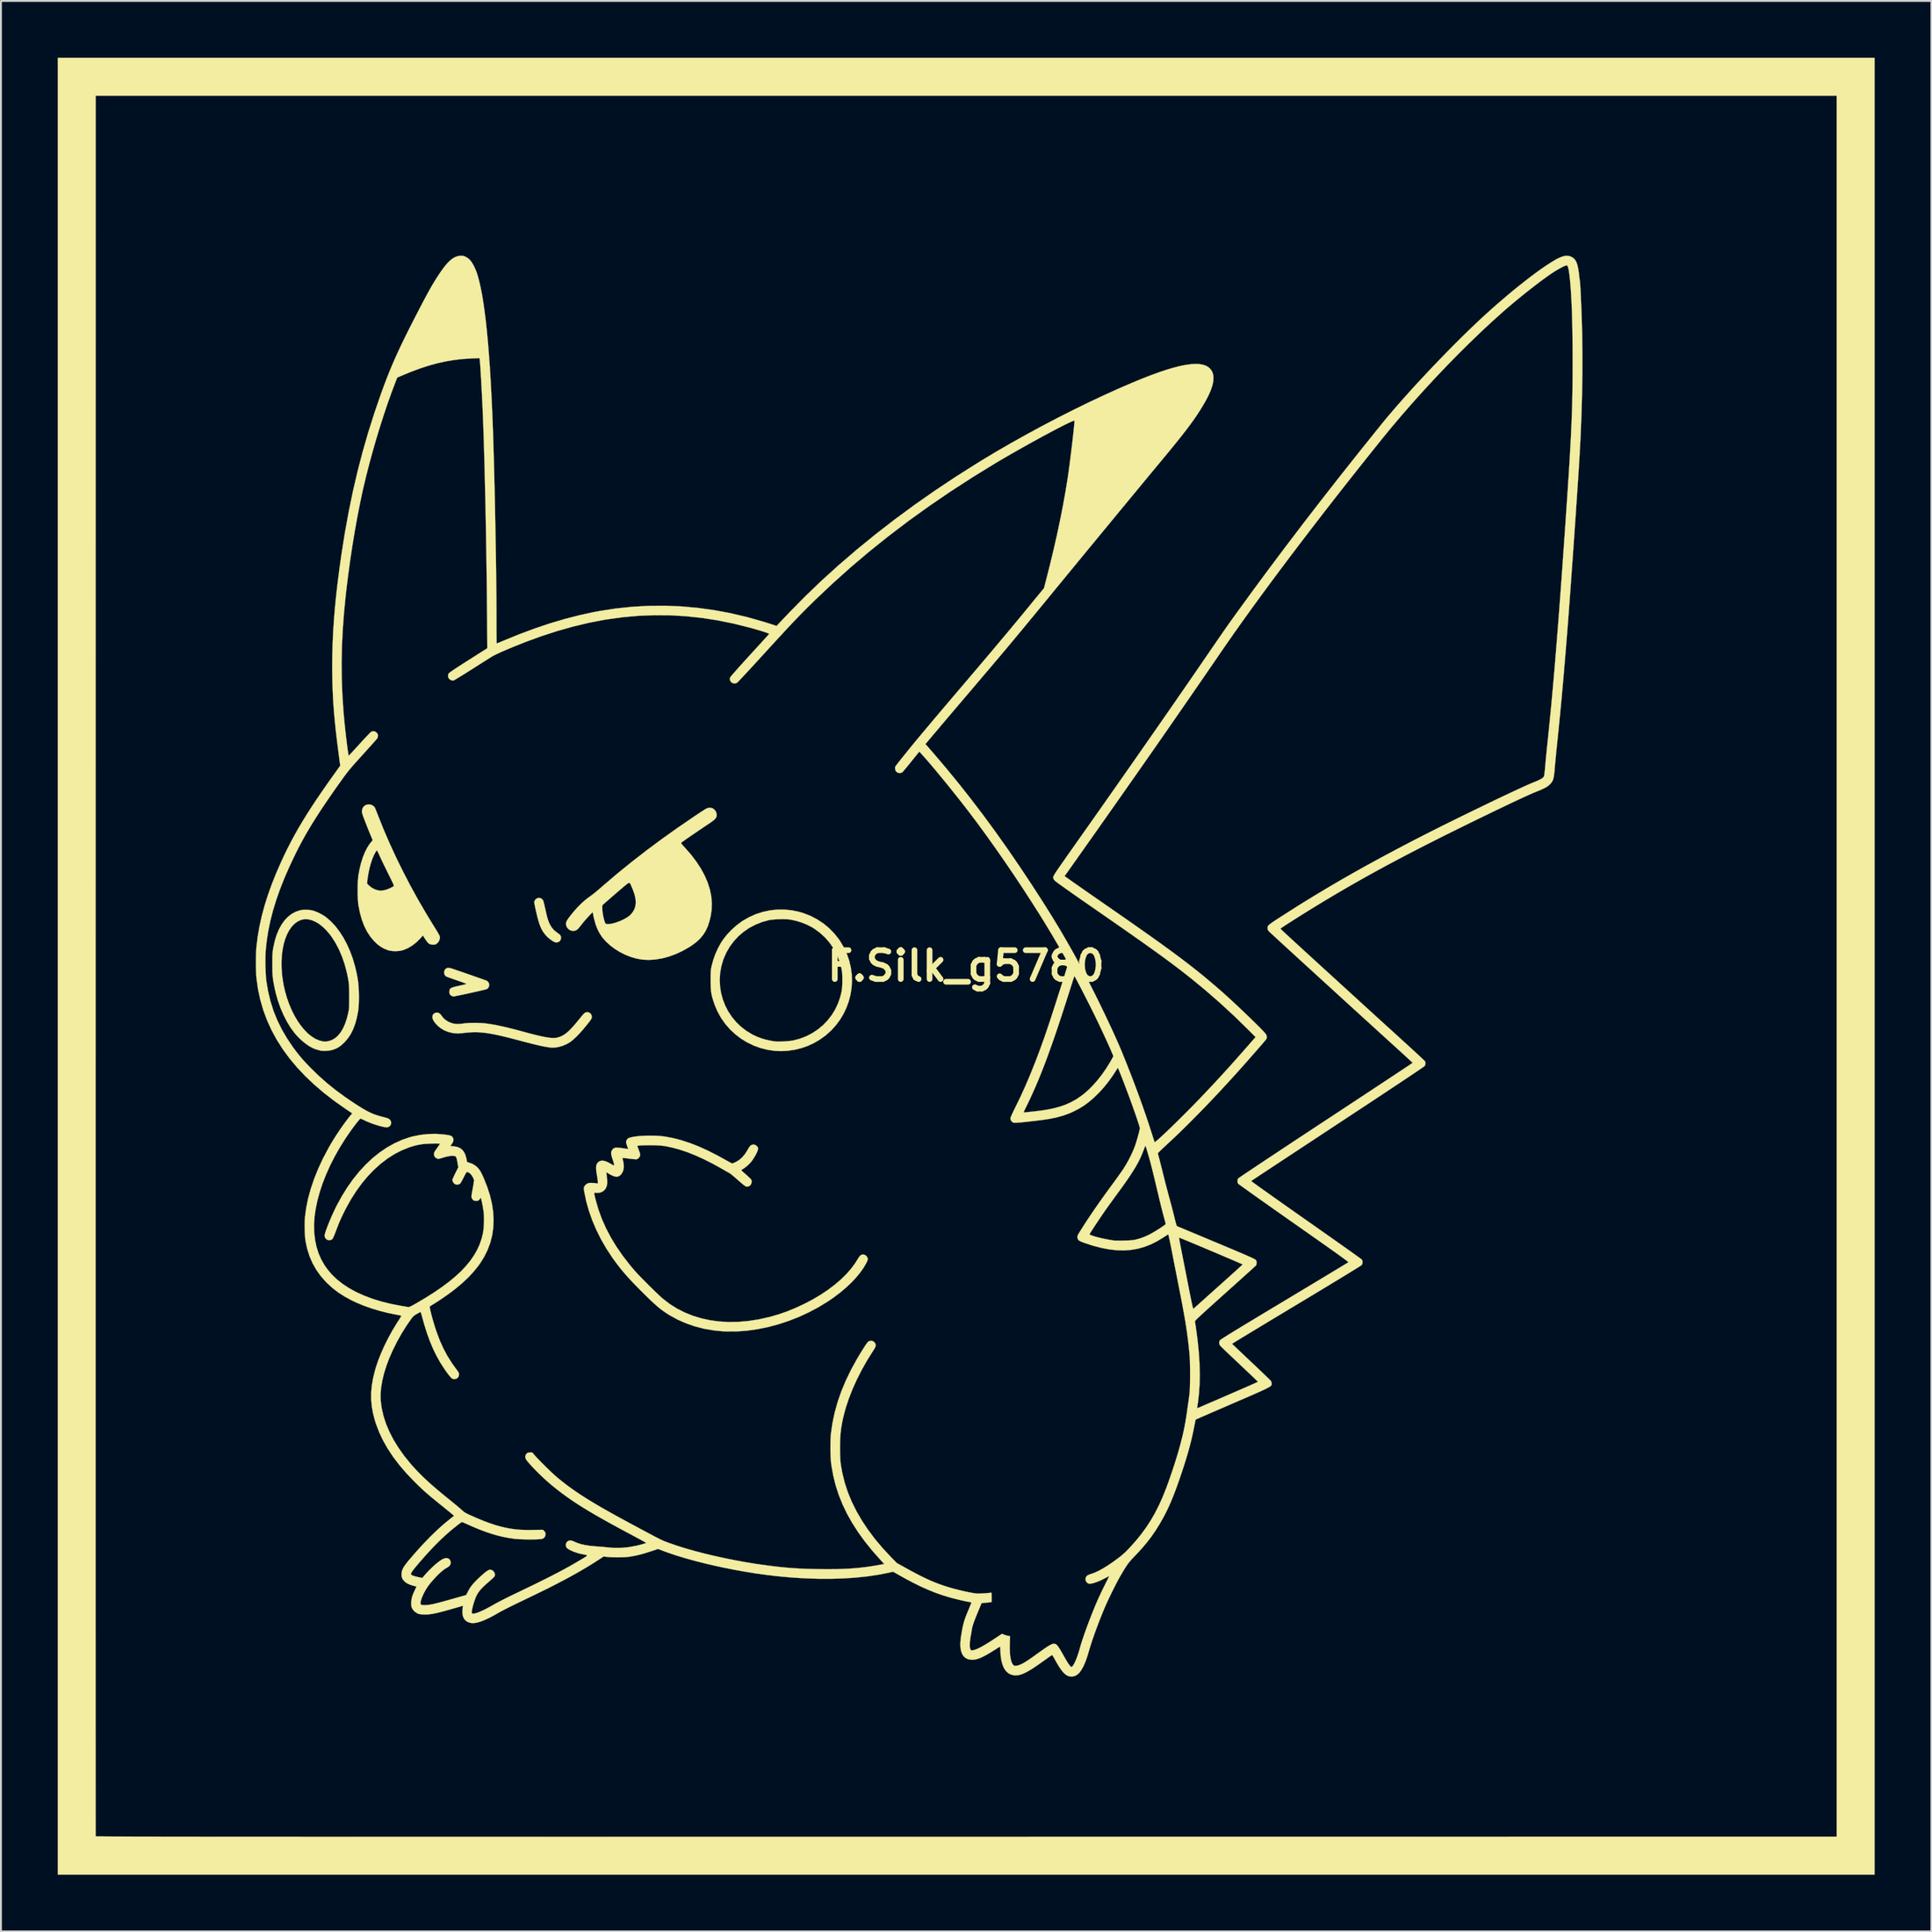
<source format=kicad_pcb>
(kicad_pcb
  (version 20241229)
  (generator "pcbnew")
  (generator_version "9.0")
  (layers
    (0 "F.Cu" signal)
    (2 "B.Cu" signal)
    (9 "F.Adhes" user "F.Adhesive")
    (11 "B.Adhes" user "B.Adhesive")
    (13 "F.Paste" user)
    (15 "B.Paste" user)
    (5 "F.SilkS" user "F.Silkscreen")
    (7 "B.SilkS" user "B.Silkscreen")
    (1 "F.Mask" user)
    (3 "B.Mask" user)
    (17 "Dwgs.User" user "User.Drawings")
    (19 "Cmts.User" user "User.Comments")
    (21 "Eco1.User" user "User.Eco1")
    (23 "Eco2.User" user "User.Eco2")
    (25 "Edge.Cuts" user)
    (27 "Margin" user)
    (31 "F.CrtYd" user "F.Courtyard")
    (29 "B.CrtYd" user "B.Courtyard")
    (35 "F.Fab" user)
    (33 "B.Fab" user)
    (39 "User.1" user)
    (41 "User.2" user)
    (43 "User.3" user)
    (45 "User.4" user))
  (footprint "F.Silk_g5780"
    (layer "F.Cu")
    (at 47.99 47.99)
    (property "Reference" "F.Silk_g5780" (at 0 0 0) (layer "F.SilkS") (effects (font (size 1.524 1.524) (thickness 0.3))))
    (attr through_hole)
    (fp_poly (pts (xy -22.484 -3.585) (xy -22.407 -3.544) (xy -22.349 -3.472) (xy -22.344 -3.462) (xy -22.329 -3.42) (xy -22.308 -3.345) (xy -22.283 -3.245) (xy -22.256 -3.13) (xy -22.237 -3.047) (xy -22.194 -2.854) (xy -22.157 -2.696) (xy -22.124 -2.566) (xy -22.092 -2.459) (xy -22.06 -2.366) (xy -22.027 -2.283) (xy -22.005 -2.235) (xy -21.904 -2.055) (xy -21.783 -1.907) (xy -21.633 -1.782) (xy -21.612 -1.768) (xy -21.538 -1.715) (xy -21.475 -1.665) (xy -21.434 -1.625) (xy -21.428 -1.617) (xy -21.399 -1.541) (xy -21.399 -1.455) (xy -21.424 -1.373) (xy -21.47 -1.307) (xy -21.52 -1.275) (xy -21.59 -1.251) (xy -21.637 -1.241) (xy -21.678 -1.245) (xy -21.722 -1.259) (xy -21.802 -1.297) (xy -21.9 -1.359) (xy -22.003 -1.436) (xy -22.103 -1.522) (xy -22.178 -1.597) (xy -22.266 -1.701) (xy -22.344 -1.809) (xy -22.413 -1.927) (xy -22.476 -2.06) (xy -22.535 -2.213) (xy -22.591 -2.39) (xy -22.647 -2.597) (xy -22.705 -2.839) (xy -22.733 -2.965) (xy -22.764 -3.106) (xy -22.786 -3.212) (xy -22.8 -3.289) (xy -22.808 -3.345) (xy -22.809 -3.384) (xy -22.804 -3.413) (xy -22.795 -3.439) (xy -22.788 -3.452) (xy -22.732 -3.53) (xy -22.656 -3.578) (xy -22.57 -3.596) (xy -22.484 -3.585)) (stroke (width 0.01) (type solid)) (fill yes) (layer "F.SilkS"))
    (fp_poly (pts (xy -27.225 0.119) (xy -27.142 0.145) (xy -27.002 0.193) (xy -26.844 0.247) (xy -26.674 0.305) (xy -26.496 0.366) (xy -26.316 0.429) (xy -26.137 0.491) (xy -25.964 0.551) (xy -25.803 0.608) (xy -25.657 0.659) (xy -25.531 0.704) (xy -25.43 0.74) (xy -25.359 0.766) (xy -25.322 0.78) (xy -25.318 0.781) (xy -25.248 0.84) (xy -25.206 0.917) (xy -25.192 1.003) (xy -25.206 1.089) (xy -25.247 1.164) (xy -25.315 1.218) (xy -25.329 1.224) (xy -25.368 1.236) (xy -25.443 1.255) (xy -25.547 1.281) (xy -25.676 1.311) (xy -25.823 1.344) (xy -25.983 1.38) (xy -26.15 1.418) (xy -26.319 1.455) (xy -26.484 1.49) (xy -26.64 1.524) (xy -26.781 1.553) (xy -26.901 1.577) (xy -26.996 1.596) (xy -27.059 1.606) (xy -27.081 1.609) (xy -27.157 1.593) (xy -27.225 1.547) (xy -27.265 1.507) (xy -27.286 1.467) (xy -27.294 1.413) (xy -27.294 1.365) (xy -27.291 1.299) (xy -27.279 1.247) (xy -27.253 1.204) (xy -27.208 1.169) (xy -27.139 1.138) (xy -27.042 1.108) (xy -26.911 1.075) (xy -26.796 1.049) (xy -26.675 1.022) (xy -26.568 0.997) (xy -26.481 0.976) (xy -26.421 0.961) (xy -26.398 0.953) (xy -26.409 0.942) (xy -26.456 0.92) (xy -26.536 0.888) (xy -26.644 0.847) (xy -26.777 0.8) (xy -26.885 0.762) (xy -27.028 0.713) (xy -27.16 0.667) (xy -27.276 0.626) (xy -27.368 0.592) (xy -27.432 0.568) (xy -27.458 0.557) (xy -27.523 0.503) (xy -27.563 0.426) (xy -27.575 0.338) (xy -27.559 0.25) (xy -27.515 0.178) (xy -27.458 0.129) (xy -27.396 0.103) (xy -27.322 0.1) (xy -27.225 0.119)) (stroke (width 0.01) (type solid)) (fill yes) (layer "F.SilkS"))
    (fp_poly (pts (xy -19.899 2.468) (xy -19.828 2.524) (xy -19.782 2.605) (xy -19.77 2.684) (xy -19.771 2.718) (xy -19.777 2.75) (xy -19.79 2.784) (xy -19.814 2.827) (xy -19.853 2.882) (xy -19.909 2.956) (xy -19.985 3.052) (xy -20.084 3.175) (xy -20.261 3.387) (xy -20.433 3.579) (xy -20.597 3.748) (xy -20.748 3.888) (xy -20.883 3.997) (xy -20.933 4.032) (xy -21.112 4.134) (xy -21.31 4.217) (xy -21.51 4.275) (xy -21.618 4.295) (xy -21.729 4.309) (xy -21.821 4.314) (xy -21.91 4.312) (xy -22.012 4.301) (xy -22.119 4.286) (xy -22.256 4.262) (xy -22.411 4.232) (xy -22.587 4.193) (xy -22.789 4.145) (xy -23.021 4.088) (xy -23.285 4.019) (xy -23.58 3.941) (xy -23.943 3.845) (xy -24.27 3.762) (xy -24.565 3.692) (xy -24.832 3.633) (xy -25.075 3.586) (xy -25.298 3.549) (xy -25.505 3.523) (xy -25.699 3.506) (xy -25.886 3.499) (xy -26.068 3.501) (xy -26.251 3.51) (xy -26.437 3.528) (xy -26.585 3.546) (xy -26.853 3.563) (xy -27.11 3.544) (xy -27.352 3.487) (xy -27.576 3.396) (xy -27.78 3.27) (xy -27.922 3.148) (xy -28.044 3.017) (xy -28.13 2.895) (xy -28.181 2.785) (xy -28.194 2.704) (xy -28.178 2.605) (xy -28.129 2.53) (xy -28.067 2.487) (xy -27.973 2.46) (xy -27.88 2.472) (xy -27.794 2.522) (xy -27.724 2.606) (xy -27.72 2.612) (xy -27.619 2.746) (xy -27.484 2.864) (xy -27.326 2.959) (xy -27.152 3.026) (xy -27.11 3.037) (xy -26.998 3.058) (xy -26.883 3.066) (xy -26.753 3.062) (xy -26.598 3.046) (xy -26.532 3.037) (xy -26.384 3.021) (xy -26.206 3.011) (xy -26.009 3.007) (xy -25.806 3.009) (xy -25.609 3.017) (xy -25.429 3.03) (xy -25.359 3.038) (xy -25.1 3.076) (xy -24.813 3.127) (xy -24.496 3.194) (xy -24.147 3.276) (xy -23.763 3.373) (xy -23.407 3.469) (xy -23.092 3.555) (xy -22.814 3.627) (xy -22.571 3.686) (xy -22.358 3.733) (xy -22.174 3.767) (xy -22.016 3.791) (xy -21.88 3.803) (xy -21.763 3.806) (xy -21.664 3.798) (xy -21.579 3.781) (xy -21.457 3.742) (xy -21.342 3.692) (xy -21.228 3.627) (xy -21.114 3.545) (xy -20.994 3.441) (xy -20.866 3.314) (xy -20.725 3.159) (xy -20.567 2.974) (xy -20.459 2.841) (xy -20.359 2.718) (xy -20.28 2.624) (xy -20.219 2.555) (xy -20.172 2.508) (xy -20.135 2.477) (xy -20.103 2.459) (xy -20.086 2.452) (xy -19.988 2.442) (xy -19.899 2.468)) (stroke (width 0.01) (type solid)) (fill yes) (layer "F.SilkS"))
    (fp_poly (pts (xy 48.006 48.006) (xy -47.985 48.006) (xy -47.985 21.952) (xy -45.991 21.952) (xy -45.991 23.095) (xy -45.991 24.218) (xy -45.991 25.321) (xy -45.991 26.401) (xy -45.991 27.46) (xy -45.991 28.495) (xy -45.991 29.508) (xy -45.991 30.496) (xy -45.991 31.46) (xy -45.991 32.399) (xy -45.991 33.311) (xy -45.991 34.198) (xy -45.991 35.057) (xy -45.99 35.889) (xy -45.99 36.692) (xy -45.99 37.467) (xy -45.99 38.212) (xy -45.99 38.927) (xy -45.99 39.611) (xy -45.99 40.264) (xy -45.989 40.886) (xy -45.989 41.474) (xy -45.989 42.03) (xy -45.989 42.552) (xy -45.989 43.039) (xy -45.988 43.492) (xy -45.988 43.909) (xy -45.988 44.289) (xy -45.988 44.633) (xy -45.987 44.94) (xy -45.987 45.209) (xy -45.987 45.439) (xy -45.987 45.63) (xy -45.986 45.781) (xy -45.986 45.892) (xy -45.986 45.961) (xy -45.985 45.989) (xy -45.985 45.99) (xy -45.978 45.991) (xy -45.956 45.992) (xy -45.919 45.993) (xy -45.866 45.994) (xy -45.797 45.995) (xy -45.712 45.996) (xy -45.611 45.996) (xy -45.492 45.997) (xy -45.355 45.998) (xy -45.2 45.999) (xy -45.026 46) (xy -44.833 46) (xy -44.621 46.001) (xy -44.389 46.002) (xy -44.136 46.002) (xy -43.862 46.003) (xy -43.567 46.004) (xy -43.251 46.004) (xy -42.912 46.005) (xy -42.55 46.005) (xy -42.165 46.006) (xy -41.756 46.006) (xy -41.324 46.007) (xy -40.867 46.007) (xy -40.385 46.008) (xy -39.877 46.008) (xy -39.344 46.009) (xy -38.785 46.009) (xy -38.198 46.009) (xy -37.585 46.01) (xy -36.943 46.01) (xy -36.274 46.01) (xy -35.576 46.01) (xy -34.849 46.011) (xy -34.093 46.011) (xy -33.306 46.011) (xy -32.49 46.011) (xy -31.642 46.012) (xy -30.763 46.012) (xy -29.853 46.012) (xy -28.91 46.012) (xy -27.935 46.012) (xy -26.926 46.012) (xy -25.884 46.012) (xy -24.808 46.012) (xy -23.698 46.012) (xy -22.553 46.013) (xy -21.372 46.013) (xy -20.156 46.013) (xy -18.903 46.013) (xy -17.614 46.012) (xy -16.287 46.012) (xy -14.923 46.012) (xy -13.521 46.012) (xy -12.081 46.012) (xy -10.601 46.012) (xy -9.082 46.012) (xy -7.523 46.012) (xy -5.924 46.012) (xy -4.284 46.012) (xy -2.603 46.011) (xy -0.881 46.011) (xy 0.015 46.011) (xy 46.006 46.006) (xy 46.006 -45.985) (xy -45.985 -45.985) (xy -45.99 -0.011) (xy -45.99 1.386) (xy -45.99 2.772) (xy -45.99 4.147) (xy -45.991 5.512) (xy -45.991 6.864) (xy -45.991 8.204) (xy -45.991 9.531) (xy -45.991 10.845) (xy -45.991 12.144) (xy -45.991 13.428) (xy -45.991 14.697) (xy -45.991 15.95) (xy -45.991 17.186) (xy -45.991 18.405) (xy -45.991 19.606) (xy -45.991 20.788) (xy -45.991 21.952) (xy -47.985 21.952) (xy -47.985 -47.985) (xy 48.006 -47.985) (xy 48.006 48.006)) (stroke (width 0.01) (type solid)) (fill yes) (layer "F.SilkS"))
    (fp_poly (pts (xy -31.433 -8.519) (xy -31.333 -8.471) (xy -31.256 -8.4) (xy -31.233 -8.363) (xy -31.215 -8.324) (xy -31.185 -8.253) (xy -31.147 -8.158) (xy -31.103 -8.045) (xy -31.06 -7.935) (xy -30.771 -7.212) (xy -30.451 -6.473) (xy -30.105 -5.723) (xy -29.735 -4.971) (xy -29.347 -4.225) (xy -28.943 -3.492) (xy -28.528 -2.779) (xy -28.512 -2.752) (xy -28.419 -2.598) (xy -28.321 -2.438) (xy -28.225 -2.28) (xy -28.135 -2.134) (xy -28.057 -2.008) (xy -28.007 -1.929) (xy -27.941 -1.822) (xy -27.884 -1.723) (xy -27.838 -1.639) (xy -27.809 -1.577) (xy -27.8 -1.551) (xy -27.801 -1.448) (xy -27.834 -1.343) (xy -27.893 -1.247) (xy -27.972 -1.172) (xy -28.025 -1.143) (xy -28.111 -1.125) (xy -28.213 -1.128) (xy -28.312 -1.15) (xy -28.383 -1.184) (xy -28.423 -1.223) (xy -28.477 -1.287) (xy -28.536 -1.367) (xy -28.573 -1.422) (xy -28.694 -1.611) (xy -28.847 -1.441) (xy -29.041 -1.25) (xy -29.251 -1.085) (xy -29.47 -0.952) (xy -29.692 -0.855) (xy -29.785 -0.826) (xy -29.947 -0.794) (xy -30.126 -0.782) (xy -30.304 -0.789) (xy -30.468 -0.815) (xy -30.533 -0.833) (xy -30.736 -0.912) (xy -30.917 -1.012) (xy -31.088 -1.138) (xy -31.258 -1.299) (xy -31.269 -1.31) (xy -31.47 -1.548) (xy -31.645 -1.816) (xy -31.795 -2.115) (xy -31.92 -2.447) (xy -32.022 -2.812) (xy -32.101 -3.211) (xy -32.103 -3.223) (xy -32.119 -3.358) (xy -32.131 -3.525) (xy -32.139 -3.715) (xy -32.143 -3.919) (xy -32.142 -4.126) (xy -32.138 -4.328) (xy -32.137 -4.355) (xy -31.647 -4.355) (xy -31.566 -4.272) (xy -31.431 -4.157) (xy -31.278 -4.067) (xy -31.117 -4.007) (xy -30.958 -3.981) (xy -30.935 -3.981) (xy -30.854 -3.986) (xy -30.758 -3.999) (xy -30.697 -4.011) (xy -30.588 -4.045) (xy -30.464 -4.095) (xy -30.343 -4.154) (xy -30.253 -4.206) (xy -30.241 -4.216) (xy -30.233 -4.227) (xy -30.231 -4.244) (xy -30.237 -4.272) (xy -30.253 -4.315) (xy -30.279 -4.375) (xy -30.319 -4.458) (xy -30.372 -4.568) (xy -30.442 -4.709) (xy -30.509 -4.844) (xy -30.592 -5.011) (xy -30.676 -5.182) (xy -30.758 -5.35) (xy -30.833 -5.506) (xy -30.898 -5.643) (xy -30.948 -5.751) (xy -30.956 -5.768) (xy -31.005 -5.876) (xy -31.049 -5.97) (xy -31.085 -6.044) (xy -31.108 -6.091) (xy -31.116 -6.104) (xy -31.135 -6.098) (xy -31.167 -6.064) (xy -31.19 -6.032) (xy -31.279 -5.867) (xy -31.364 -5.667) (xy -31.442 -5.439) (xy -31.511 -5.191) (xy -31.568 -4.93) (xy -31.611 -4.664) (xy -31.625 -4.557) (xy -31.647 -4.355) (xy -32.137 -4.355) (xy -32.129 -4.516) (xy -32.116 -4.679) (xy -32.103 -4.784) (xy -32.041 -5.12) (xy -31.963 -5.437) (xy -31.87 -5.732) (xy -31.764 -5.999) (xy -31.646 -6.234) (xy -31.519 -6.434) (xy -31.465 -6.503) (xy -31.347 -6.646) (xy -31.483 -6.97) (xy -31.536 -7.101) (xy -31.599 -7.257) (xy -31.665 -7.424) (xy -31.729 -7.587) (xy -31.771 -7.695) (xy -31.824 -7.834) (xy -31.863 -7.941) (xy -31.89 -8.022) (xy -31.906 -8.084) (xy -31.915 -8.132) (xy -31.916 -8.175) (xy -31.915 -8.205) (xy -31.886 -8.326) (xy -31.824 -8.424) (xy -31.734 -8.494) (xy -31.62 -8.531) (xy -31.544 -8.537) (xy -31.433 -8.519)) (stroke (width 0.01) (type solid)) (fill yes) (layer "F.SilkS"))
    (fp_poly (pts (xy -9.193 -2.939) (xy -8.807 -2.857) (xy -8.583 -2.79) (xy -8.215 -2.646) (xy -7.866 -2.465) (xy -7.539 -2.249) (xy -7.237 -2.001) (xy -6.963 -1.722) (xy -6.719 -1.414) (xy -6.656 -1.323) (xy -6.455 -0.985) (xy -6.293 -0.637) (xy -6.17 -0.281) (xy -6.085 0.08) (xy -6.036 0.445) (xy -6.024 0.809) (xy -6.047 1.171) (xy -6.105 1.528) (xy -6.196 1.877) (xy -6.321 2.216) (xy -6.477 2.542) (xy -6.665 2.853) (xy -6.884 3.145) (xy -7.132 3.416) (xy -7.409 3.664) (xy -7.715 3.886) (xy -8.048 4.08) (xy -8.352 4.22) (xy -8.691 4.338) (xy -9.045 4.426) (xy -9.406 4.48) (xy -9.764 4.5) (xy -10.096 4.486) (xy -10.488 4.428) (xy -10.866 4.332) (xy -11.229 4.199) (xy -11.573 4.032) (xy -11.898 3.831) (xy -12.199 3.6) (xy -12.476 3.339) (xy -12.725 3.051) (xy -12.944 2.738) (xy -13.13 2.401) (xy -13.282 2.043) (xy -13.314 1.949) (xy -13.368 1.782) (xy -13.41 1.636) (xy -13.442 1.502) (xy -13.464 1.37) (xy -13.479 1.231) (xy -13.488 1.075) (xy -13.492 0.893) (xy -13.493 0.751) (xy -13.493 0.75) (xy -13.012 0.75) (xy -12.993 1.099) (xy -12.938 1.442) (xy -12.846 1.776) (xy -12.72 2.098) (xy -12.561 2.404) (xy -12.369 2.693) (xy -12.147 2.961) (xy -11.895 3.205) (xy -11.615 3.422) (xy -11.307 3.61) (xy -11.229 3.65) (xy -11.006 3.752) (xy -10.781 3.835) (xy -10.543 3.902) (xy -10.283 3.957) (xy -10.086 3.988) (xy -10.009 3.994) (xy -9.901 3.995) (xy -9.77 3.993) (xy -9.628 3.987) (xy -9.484 3.978) (xy -9.347 3.966) (xy -9.229 3.953) (xy -9.142 3.939) (xy -8.786 3.847) (xy -8.447 3.717) (xy -8.127 3.553) (xy -7.829 3.356) (xy -7.556 3.129) (xy -7.309 2.874) (xy -7.092 2.594) (xy -6.906 2.29) (xy -6.755 1.965) (xy -6.671 1.725) (xy -6.621 1.553) (xy -6.584 1.4) (xy -6.558 1.256) (xy -6.542 1.106) (xy -6.534 0.939) (xy -6.532 0.743) (xy -6.532 0.741) (xy -6.533 0.585) (xy -6.537 0.461) (xy -6.543 0.359) (xy -6.554 0.268) (xy -6.57 0.178) (xy -6.58 0.127) (xy -6.679 -0.238) (xy -6.815 -0.584) (xy -6.986 -0.909) (xy -7.192 -1.212) (xy -7.43 -1.489) (xy -7.699 -1.739) (xy -7.998 -1.96) (xy -8.16 -2.06) (xy -8.41 -2.187) (xy -8.686 -2.297) (xy -8.977 -2.386) (xy -9.269 -2.447) (xy -9.33 -2.457) (xy -9.439 -2.467) (xy -9.578 -2.472) (xy -9.735 -2.473) (xy -9.9 -2.47) (xy -10.063 -2.462) (xy -10.213 -2.451) (xy -10.339 -2.437) (xy -10.414 -2.423) (xy -10.78 -2.322) (xy -11.125 -2.184) (xy -11.448 -2.013) (xy -11.747 -1.81) (xy -12.02 -1.576) (xy -12.264 -1.314) (xy -12.479 -1.026) (xy -12.661 -0.713) (xy -12.808 -0.377) (xy -12.835 -0.302) (xy -12.934 0.047) (xy -12.993 0.399) (xy -13.012 0.75) (xy -13.493 0.75) (xy -13.492 0.584) (xy -13.491 0.451) (xy -13.487 0.345) (xy -13.482 0.258) (xy -13.474 0.183) (xy -13.463 0.113) (xy -13.448 0.039) (xy -13.445 0.026) (xy -13.357 -0.304) (xy -13.241 -0.631) (xy -13.101 -0.943) (xy -12.942 -1.231) (xy -12.832 -1.396) (xy -12.628 -1.655) (xy -12.392 -1.905) (xy -12.137 -2.135) (xy -11.872 -2.335) (xy -11.811 -2.376) (xy -11.466 -2.575) (xy -11.107 -2.736) (xy -10.736 -2.857) (xy -10.356 -2.938) (xy -9.971 -2.979) (xy -9.582 -2.979) (xy -9.193 -2.939)) (stroke (width 0.01) (type solid)) (fill yes) (layer "F.SilkS"))
    (fp_poly (pts (xy -34.763 -2.966) (xy -34.618 -2.951) (xy -34.533 -2.934) (xy -34.409 -2.895) (xy -34.265 -2.836) (xy -34.114 -2.763) (xy -33.969 -2.681) (xy -33.842 -2.599) (xy -33.817 -2.58) (xy -33.566 -2.365) (xy -33.329 -2.112) (xy -33.107 -1.825) (xy -32.901 -1.506) (xy -32.714 -1.158) (xy -32.547 -0.785) (xy -32.402 -0.39) (xy -32.279 0.025) (xy -32.181 0.456) (xy -32.128 0.762) (xy -32.107 0.94) (xy -32.091 1.144) (xy -32.08 1.364) (xy -32.076 1.591) (xy -32.077 1.815) (xy -32.084 2.026) (xy -32.097 2.215) (xy -32.116 2.372) (xy -32.117 2.381) (xy -32.184 2.727) (xy -32.267 3.036) (xy -32.368 3.312) (xy -32.487 3.559) (xy -32.627 3.781) (xy -32.789 3.979) (xy -32.851 4.044) (xy -32.999 4.181) (xy -33.141 4.287) (xy -33.287 4.366) (xy -33.447 4.425) (xy -33.52 4.446) (xy -33.624 4.466) (xy -33.748 4.479) (xy -33.877 4.486) (xy -33.994 4.484) (xy -34.086 4.474) (xy -34.089 4.474) (xy -34.235 4.437) (xy -34.382 4.391) (xy -34.496 4.347) (xy -34.671 4.255) (xy -34.856 4.131) (xy -35.045 3.982) (xy -35.228 3.814) (xy -35.399 3.634) (xy -35.463 3.558) (xy -35.677 3.269) (xy -35.876 2.945) (xy -36.057 2.592) (xy -36.219 2.216) (xy -36.359 1.821) (xy -36.473 1.415) (xy -36.534 1.144) (xy -36.568 0.969) (xy -36.595 0.82) (xy -36.615 0.687) (xy -36.63 0.561) (xy -36.64 0.432) (xy -36.646 0.291) (xy -36.649 0.128) (xy -36.65 -0.065) (xy -36.65 -0.116) (xy -36.65 -0.224) (xy -36.166 -0.224) (xy -36.162 0.12) (xy -36.135 0.476) (xy -36.119 0.611) (xy -36.06 0.98) (xy -35.98 1.338) (xy -35.88 1.684) (xy -35.763 2.015) (xy -35.63 2.33) (xy -35.483 2.624) (xy -35.322 2.897) (xy -35.15 3.145) (xy -34.969 3.366) (xy -34.78 3.559) (xy -34.584 3.719) (xy -34.383 3.846) (xy -34.178 3.936) (xy -33.972 3.988) (xy -33.876 3.998) (xy -33.832 3.996) (xy -33.763 3.987) (xy -33.707 3.977) (xy -33.522 3.922) (xy -33.35 3.827) (xy -33.192 3.693) (xy -33.05 3.522) (xy -32.922 3.313) (xy -32.811 3.068) (xy -32.716 2.787) (xy -32.644 2.5) (xy -32.628 2.419) (xy -32.614 2.349) (xy -32.605 2.282) (xy -32.597 2.212) (xy -32.593 2.131) (xy -32.59 2.033) (xy -32.588 1.911) (xy -32.587 1.758) (xy -32.587 1.63) (xy -32.588 1.423) (xy -32.59 1.251) (xy -32.596 1.103) (xy -32.605 0.972) (xy -32.618 0.849) (xy -32.637 0.725) (xy -32.662 0.591) (xy -32.694 0.44) (xy -32.714 0.345) (xy -32.824 -0.073) (xy -32.96 -0.475) (xy -33.121 -0.855) (xy -33.305 -1.208) (xy -33.509 -1.529) (xy -33.622 -1.682) (xy -33.805 -1.895) (xy -33.994 -2.077) (xy -34.187 -2.227) (xy -34.382 -2.342) (xy -34.575 -2.423) (xy -34.765 -2.467) (xy -34.947 -2.473) (xy -35.121 -2.44) (xy -35.136 -2.435) (xy -35.314 -2.352) (xy -35.478 -2.232) (xy -35.627 -2.077) (xy -35.759 -1.89) (xy -35.874 -1.672) (xy -35.972 -1.427) (xy -36.05 -1.158) (xy -36.109 -0.866) (xy -36.148 -0.554) (xy -36.166 -0.224) (xy -36.65 -0.224) (xy -36.649 -0.296) (xy -36.648 -0.441) (xy -36.645 -0.558) (xy -36.64 -0.656) (xy -36.633 -0.742) (xy -36.623 -0.823) (xy -36.61 -0.907) (xy -36.6 -0.963) (xy -36.523 -1.317) (xy -36.424 -1.639) (xy -36.303 -1.93) (xy -36.162 -2.187) (xy -36.002 -2.411) (xy -35.823 -2.599) (xy -35.625 -2.752) (xy -35.411 -2.867) (xy -35.179 -2.944) (xy -35.179 -2.944) (xy -35.059 -2.962) (xy -34.915 -2.97) (xy -34.763 -2.966)) (stroke (width 0.01) (type solid)) (fill yes) (layer "F.SilkS"))
    (fp_poly (pts (xy -13.433 -8.346) (xy -13.413 -8.341) (xy -13.324 -8.291) (xy -13.249 -8.211) (xy -13.196 -8.113) (xy -13.17 -8.008) (xy -13.174 -7.934) (xy -13.186 -7.885) (xy -13.204 -7.839) (xy -13.234 -7.795) (xy -13.278 -7.747) (xy -13.341 -7.693) (xy -13.427 -7.628) (xy -13.539 -7.549) (xy -13.683 -7.452) (xy -13.721 -7.427) (xy -13.889 -7.314) (xy -14.06 -7.199) (xy -14.228 -7.084) (xy -14.391 -6.973) (xy -14.544 -6.869) (xy -14.683 -6.772) (xy -14.805 -6.688) (xy -14.905 -6.618) (xy -14.979 -6.564) (xy -15.024 -6.53) (xy -15.033 -6.522) (xy -15.045 -6.507) (xy -15.047 -6.489) (xy -15.036 -6.464) (xy -15.007 -6.425) (xy -14.958 -6.368) (xy -14.884 -6.287) (xy -14.844 -6.244) (xy -14.523 -5.876) (xy -14.243 -5.508) (xy -14.004 -5.141) (xy -13.806 -4.775) (xy -13.649 -4.411) (xy -13.534 -4.049) (xy -13.46 -3.689) (xy -13.429 -3.332) (xy -13.439 -2.978) (xy -13.481 -2.674) (xy -13.553 -2.368) (xy -13.642 -2.096) (xy -13.754 -1.854) (xy -13.892 -1.637) (xy -14.058 -1.439) (xy -14.256 -1.256) (xy -14.489 -1.083) (xy -14.595 -1.014) (xy -14.957 -0.806) (xy -15.322 -0.635) (xy -15.688 -0.5) (xy -16.053 -0.402) (xy -16.412 -0.342) (xy -16.765 -0.32) (xy -17.107 -0.338) (xy -17.141 -0.342) (xy -17.432 -0.396) (xy -17.727 -0.484) (xy -18.019 -0.601) (xy -18.301 -0.745) (xy -18.568 -0.911) (xy -18.813 -1.097) (xy -19.03 -1.298) (xy -19.213 -1.511) (xy -19.245 -1.554) (xy -19.374 -1.756) (xy -19.481 -1.968) (xy -19.569 -2.199) (xy -19.641 -2.459) (xy -19.675 -2.61) (xy -19.723 -2.847) (xy -19.921 -2.644) (xy -20.016 -2.541) (xy -20.123 -2.421) (xy -20.225 -2.299) (xy -20.297 -2.21) (xy -20.385 -2.097) (xy -20.454 -2.014) (xy -20.509 -1.954) (xy -20.557 -1.914) (xy -20.602 -1.887) (xy -20.651 -1.868) (xy -20.669 -1.863) (xy -20.78 -1.851) (xy -20.886 -1.876) (xy -20.981 -1.93) (xy -21.058 -2.007) (xy -21.112 -2.101) (xy -21.135 -2.206) (xy -21.125 -2.305) (xy -21.102 -2.363) (xy -21.061 -2.436) (xy -20.998 -2.528) (xy -20.913 -2.642) (xy -20.801 -2.781) (xy -20.707 -2.894) (xy -20.548 -3.073) (xy -19.219 -3.073) (xy -19.212 -2.929) (xy -19.191 -2.764) (xy -19.16 -2.593) (xy -19.121 -2.435) (xy -19.108 -2.39) (xy -19.079 -2.307) (xy -19.055 -2.256) (xy -19.029 -2.229) (xy -19.007 -2.219) (xy -18.925 -2.21) (xy -18.813 -2.218) (xy -18.679 -2.243) (xy -18.528 -2.284) (xy -18.482 -2.298) (xy -18.288 -2.37) (xy -18.106 -2.452) (xy -17.945 -2.54) (xy -17.812 -2.63) (xy -17.731 -2.699) (xy -17.608 -2.845) (xy -17.519 -3.002) (xy -17.465 -3.172) (xy -17.447 -3.357) (xy -17.462 -3.56) (xy -17.513 -3.782) (xy -17.598 -4.026) (xy -17.644 -4.135) (xy -17.688 -4.239) (xy -17.723 -4.317) (xy -17.753 -4.367) (xy -17.785 -4.391) (xy -17.824 -4.388) (xy -17.876 -4.359) (xy -17.947 -4.304) (xy -18.042 -4.224) (xy -18.121 -4.158) (xy -18.248 -4.051) (xy -18.393 -3.926) (xy -18.544 -3.796) (xy -18.688 -3.672) (xy -18.783 -3.588) (xy -18.886 -3.497) (xy -18.982 -3.414) (xy -19.063 -3.343) (xy -19.126 -3.289) (xy -19.164 -3.257) (xy -19.169 -3.253) (xy -19.197 -3.226) (xy -19.212 -3.192) (xy -19.218 -3.137) (xy -19.219 -3.073) (xy -20.548 -3.073) (xy -20.506 -3.119) (xy -20.298 -3.326) (xy -20.092 -3.505) (xy -19.975 -3.595) (xy -19.865 -3.674) (xy -19.769 -3.746) (xy -19.679 -3.815) (xy -19.59 -3.886) (xy -19.494 -3.966) (xy -19.385 -4.058) (xy -19.257 -4.169) (xy -19.13 -4.28) (xy -18.419 -4.885) (xy -17.668 -5.494) (xy -16.881 -6.104) (xy -16.06 -6.714) (xy -15.207 -7.321) (xy -14.326 -7.923) (xy -14.185 -8.017) (xy -14.036 -8.116) (xy -13.917 -8.193) (xy -13.824 -8.252) (xy -13.752 -8.295) (xy -13.696 -8.324) (xy -13.653 -8.342) (xy -13.616 -8.352) (xy -13.589 -8.356) (xy -13.51 -8.357) (xy -13.433 -8.346)) (stroke (width 0.01) (type solid)) (fill yes) (layer "F.SilkS"))
    (fp_poly (pts (xy -16.364 8.971) (xy -16.163 8.984) (xy -15.974 9.004) (xy -15.902 9.014) (xy -15.475 9.095) (xy -15.038 9.208) (xy -14.588 9.355) (xy -14.125 9.536) (xy -13.645 9.752) (xy -13.149 10.004) (xy -12.715 10.243) (xy -12.606 10.305) (xy -12.509 10.358) (xy -12.429 10.4) (xy -12.374 10.427) (xy -12.35 10.435) (xy -12.317 10.426) (xy -12.258 10.403) (xy -12.183 10.37) (xy -12.155 10.356) (xy -11.983 10.252) (xy -11.821 10.109) (xy -11.674 9.934) (xy -11.558 9.752) (xy -11.507 9.664) (xy -11.458 9.586) (xy -11.418 9.528) (xy -11.397 9.503) (xy -11.314 9.451) (xy -11.222 9.436) (xy -11.131 9.458) (xy -11.05 9.516) (xy -11.038 9.529) (xy -11.002 9.581) (xy -10.988 9.631) (xy -10.991 9.693) (xy -11.01 9.764) (xy -11.051 9.861) (xy -11.111 9.979) (xy -11.188 10.111) (xy -11.277 10.249) (xy -11.288 10.265) (xy -11.371 10.371) (xy -11.479 10.484) (xy -11.597 10.591) (xy -11.712 10.679) (xy -11.744 10.7) (xy -11.808 10.74) (xy -11.854 10.773) (xy -11.873 10.792) (xy -11.873 10.793) (xy -11.858 10.811) (xy -11.817 10.85) (xy -11.759 10.903) (xy -11.728 10.93) (xy -11.64 11.006) (xy -11.545 11.092) (xy -11.461 11.17) (xy -11.454 11.177) (xy -11.39 11.239) (xy -11.352 11.283) (xy -11.332 11.321) (xy -11.325 11.362) (xy -11.324 11.399) (xy -11.342 11.5) (xy -11.39 11.581) (xy -11.463 11.636) (xy -11.553 11.658) (xy -11.62 11.652) (xy -11.659 11.632) (xy -11.726 11.585) (xy -11.818 11.511) (xy -11.933 11.414) (xy -12.048 11.312) (xy -12.157 11.216) (xy -12.26 11.128) (xy -12.35 11.052) (xy -12.424 10.993) (xy -12.474 10.956) (xy -12.488 10.947) (xy -12.53 10.924) (xy -12.601 10.885) (xy -12.694 10.832) (xy -12.802 10.77) (xy -12.918 10.703) (xy -12.919 10.703) (xy -13.396 10.439) (xy -13.86 10.205) (xy -14.307 10.003) (xy -14.737 9.833) (xy -15.146 9.696) (xy -15.453 9.613) (xy -15.645 9.568) (xy -15.812 9.534) (xy -15.966 9.508) (xy -16.118 9.491) (xy -16.278 9.48) (xy -16.458 9.474) (xy -16.669 9.472) (xy -16.679 9.472) (xy -16.827 9.473) (xy -16.965 9.475) (xy -17.088 9.478) (xy -17.187 9.482) (xy -17.254 9.486) (xy -17.275 9.489) (xy -17.373 9.506) (xy -17.289 9.722) (xy -17.247 9.835) (xy -17.223 9.918) (xy -17.215 9.978) (xy -17.216 10.01) (xy -17.246 10.087) (xy -17.302 10.156) (xy -17.37 10.203) (xy -17.399 10.213) (xy -17.44 10.215) (xy -17.513 10.211) (xy -17.611 10.202) (xy -17.726 10.189) (xy -17.8 10.18) (xy -17.915 10.165) (xy -18.015 10.153) (xy -18.091 10.145) (xy -18.138 10.141) (xy -18.15 10.142) (xy -18.148 10.164) (xy -18.137 10.217) (xy -18.12 10.29) (xy -18.115 10.308) (xy -18.086 10.468) (xy -18.081 10.624) (xy -18.099 10.767) (xy -18.139 10.88) (xy -18.213 11) (xy -18.296 11.082) (xy -18.391 11.126) (xy -18.5 11.133) (xy -18.625 11.102) (xy -18.769 11.035) (xy -18.836 10.996) (xy -18.907 10.954) (xy -18.964 10.923) (xy -18.996 10.908) (xy -19.001 10.908) (xy -19.001 10.931) (xy -18.996 10.988) (xy -18.987 11.069) (xy -18.974 11.161) (xy -18.956 11.338) (xy -18.956 11.484) (xy -18.976 11.608) (xy -19.016 11.717) (xy -19.04 11.761) (xy -19.123 11.862) (xy -19.233 11.937) (xy -19.364 11.981) (xy -19.506 11.991) (xy -19.553 11.987) (xy -19.592 11.982) (xy -19.619 11.984) (xy -19.635 11.998) (xy -19.64 12.029) (xy -19.633 12.082) (xy -19.616 12.162) (xy -19.589 12.276) (xy -19.568 12.359) (xy -19.422 12.866) (xy -19.24 13.365) (xy -19.022 13.856) (xy -18.766 14.344) (xy -18.472 14.828) (xy -18.138 15.31) (xy -17.764 15.794) (xy -17.51 16.096) (xy -17.428 16.187) (xy -17.322 16.3) (xy -17.196 16.432) (xy -17.055 16.576) (xy -16.904 16.728) (xy -16.749 16.884) (xy -16.593 17.037) (xy -16.443 17.184) (xy -16.302 17.318) (xy -16.177 17.436) (xy -16.071 17.533) (xy -16.002 17.593) (xy -15.643 17.867) (xy -15.26 18.107) (xy -14.855 18.312) (xy -14.429 18.483) (xy -13.983 18.619) (xy -13.519 18.719) (xy -13.039 18.784) (xy -12.544 18.813) (xy -12.036 18.805) (xy -11.516 18.761) (xy -10.985 18.68) (xy -10.858 18.655) (xy -10.375 18.545) (xy -9.908 18.411) (xy -9.448 18.251) (xy -8.986 18.061) (xy -8.52 17.843) (xy -8.084 17.613) (xy -7.672 17.368) (xy -7.287 17.11) (xy -6.932 16.841) (xy -6.607 16.563) (xy -6.316 16.277) (xy -6.062 15.986) (xy -5.846 15.692) (xy -5.725 15.497) (xy -5.655 15.385) (xy -5.591 15.308) (xy -5.529 15.264) (xy -5.462 15.246) (xy -5.41 15.248) (xy -5.321 15.278) (xy -5.248 15.34) (xy -5.202 15.421) (xy -5.194 15.454) (xy -5.192 15.504) (xy -5.205 15.561) (xy -5.236 15.635) (xy -5.257 15.679) (xy -5.404 15.935) (xy -5.589 16.197) (xy -5.808 16.464) (xy -6.06 16.731) (xy -6.34 16.995) (xy -6.646 17.254) (xy -6.975 17.503) (xy -7.295 17.723) (xy -7.795 18.029) (xy -8.313 18.304) (xy -8.845 18.549) (xy -9.389 18.761) (xy -9.94 18.941) (xy -10.495 19.087) (xy -11.05 19.198) (xy -11.602 19.273) (xy -12.147 19.311) (xy -12.681 19.31) (xy -12.84 19.303) (xy -13.355 19.252) (xy -13.856 19.164) (xy -14.34 19.038) (xy -14.806 18.875) (xy -15.253 18.677) (xy -15.677 18.443) (xy -15.891 18.305) (xy -16.006 18.226) (xy -16.12 18.14) (xy -16.239 18.045) (xy -16.365 17.937) (xy -16.503 17.812) (xy -16.657 17.669) (xy -16.83 17.502) (xy -17.025 17.309) (xy -17.126 17.209) (xy -17.372 16.961) (xy -17.591 16.735) (xy -17.787 16.526) (xy -17.964 16.33) (xy -18.127 16.14) (xy -18.281 15.952) (xy -18.429 15.761) (xy -18.577 15.561) (xy -18.7 15.388) (xy -19.007 14.92) (xy -19.285 14.436) (xy -19.532 13.941) (xy -19.745 13.44) (xy -19.923 12.936) (xy -20.064 12.434) (xy -20.164 11.95) (xy -20.181 11.85) (xy -20.19 11.781) (xy -20.191 11.734) (xy -20.184 11.698) (xy -20.171 11.663) (xy -20.166 11.654) (xy -20.126 11.597) (xy -20.068 11.54) (xy -20.042 11.521) (xy -19.986 11.489) (xy -19.933 11.471) (xy -19.864 11.463) (xy -19.803 11.462) (xy -19.709 11.465) (xy -19.616 11.472) (xy -19.553 11.48) (xy -19.452 11.498) (xy -19.452 11.404) (xy -19.456 11.345) (xy -19.467 11.257) (xy -19.482 11.153) (xy -19.497 11.069) (xy -19.527 10.881) (xy -19.542 10.728) (xy -19.541 10.605) (xy -19.523 10.507) (xy -19.487 10.43) (xy -19.432 10.367) (xy -19.39 10.335) (xy -19.297 10.294) (xy -19.189 10.286) (xy -19.063 10.312) (xy -18.916 10.372) (xy -18.754 10.462) (xy -18.678 10.508) (xy -18.63 10.533) (xy -18.604 10.54) (xy -18.592 10.532) (xy -18.588 10.518) (xy -18.592 10.482) (xy -18.608 10.416) (xy -18.634 10.329) (xy -18.666 10.229) (xy -18.67 10.219) (xy -18.715 10.079) (xy -18.741 9.968) (xy -18.749 9.881) (xy -18.738 9.809) (xy -18.709 9.745) (xy -18.682 9.707) (xy -18.637 9.656) (xy -18.587 9.623) (xy -18.524 9.604) (xy -18.44 9.599) (xy -18.329 9.606) (xy -18.219 9.619) (xy -18.113 9.633) (xy -18.018 9.647) (xy -17.944 9.658) (xy -17.903 9.665) (xy -17.846 9.676) (xy -17.908 9.497) (xy -17.938 9.408) (xy -17.954 9.347) (xy -17.958 9.303) (xy -17.952 9.263) (xy -17.944 9.238) (xy -17.912 9.174) (xy -17.868 9.122) (xy -17.862 9.118) (xy -17.791 9.081) (xy -17.682 9.05) (xy -17.543 9.022) (xy -17.378 9) (xy -17.193 8.983) (xy -16.994 8.971) (xy -16.786 8.965) (xy -16.574 8.965) (xy -16.364 8.971)) (stroke (width 0.01) (type solid)) (fill yes) (layer "F.SilkS"))
    (fp_poly (pts (xy -26.564 -37.521) (xy -26.502 -37.501) (xy -26.426 -37.466) (xy -26.307 -37.393) (xy -26.201 -37.296) (xy -26.104 -37.168) (xy -26.011 -37.005) (xy -25.992 -36.968) (xy -25.93 -36.834) (xy -25.876 -36.703) (xy -25.827 -36.563) (xy -25.78 -36.405) (xy -25.731 -36.22) (xy -25.706 -36.121) (xy -25.632 -35.789) (xy -25.561 -35.417) (xy -25.494 -35.004) (xy -25.43 -34.55) (xy -25.369 -34.055) (xy -25.312 -33.519) (xy -25.258 -32.941) (xy -25.208 -32.322) (xy -25.16 -31.661) (xy -25.117 -30.959) (xy -25.076 -30.215) (xy -25.039 -29.428) (xy -25.009 -28.702) (xy -24.994 -28.293) (xy -24.979 -27.847) (xy -24.964 -27.367) (xy -24.95 -26.857) (xy -24.935 -26.323) (xy -24.921 -25.768) (xy -24.907 -25.197) (xy -24.894 -24.613) (xy -24.882 -24.022) (xy -24.87 -23.426) (xy -24.859 -22.832) (xy -24.849 -22.242) (xy -24.839 -21.661) (xy -24.831 -21.094) (xy -24.824 -20.545) (xy -24.818 -20.017) (xy -24.813 -19.516) (xy -24.81 -19.045) (xy -24.808 -18.608) (xy -24.807 -18.293) (xy -24.807 -18.067) (xy -24.807 -17.854) (xy -24.806 -17.658) (xy -24.805 -17.482) (xy -24.803 -17.331) (xy -24.802 -17.207) (xy -24.8 -17.115) (xy -24.798 -17.057) (xy -24.796 -17.039) (xy -24.774 -17.047) (xy -24.72 -17.069) (xy -24.639 -17.102) (xy -24.538 -17.144) (xy -24.431 -17.189) (xy -23.599 -17.528) (xy -22.786 -17.831) (xy -21.99 -18.099) (xy -21.209 -18.331) (xy -20.442 -18.529) (xy -19.686 -18.694) (xy -19.378 -18.752) (xy -18.514 -18.886) (xy -17.649 -18.977) (xy -16.784 -19.027) (xy -15.918 -19.034) (xy -15.052 -18.999) (xy -14.184 -18.922) (xy -13.316 -18.803) (xy -12.446 -18.641) (xy -11.575 -18.437) (xy -10.703 -18.19) (xy -10.363 -18.083) (xy -10.003 -17.966) (xy -9.93 -18.048) (xy -9.898 -18.082) (xy -9.842 -18.142) (xy -9.763 -18.225) (xy -9.667 -18.327) (xy -9.557 -18.442) (xy -9.437 -18.568) (xy -9.321 -18.69) (xy -8.492 -19.532) (xy -7.624 -20.365) (xy -6.716 -21.187) (xy -5.771 -21.999) (xy -4.79 -22.799) (xy -3.775 -23.585) (xy -2.726 -24.357) (xy -1.646 -25.113) (xy -0.535 -25.852) (xy 0.605 -26.574) (xy 0.836 -26.716) (xy 1.589 -27.169) (xy 2.369 -27.62) (xy 3.168 -28.067) (xy 3.98 -28.508) (xy 4.8 -28.938) (xy 5.62 -29.354) (xy 6.435 -29.754) (xy 7.239 -30.133) (xy 8.025 -30.49) (xy 8.784 -30.818) (xy 9.284 -31.024) (xy 9.75 -31.206) (xy 10.182 -31.364) (xy 10.581 -31.498) (xy 10.949 -31.608) (xy 11.285 -31.694) (xy 11.59 -31.756) (xy 11.865 -31.795) (xy 12.11 -31.811) (xy 12.327 -31.803) (xy 12.516 -31.771) (xy 12.677 -31.716) (xy 12.811 -31.638) (xy 12.919 -31.538) (xy 13.001 -31.414) (xy 13.008 -31.4) (xy 13.061 -31.248) (xy 13.079 -31.073) (xy 13.064 -30.877) (xy 13.015 -30.658) (xy 12.932 -30.415) (xy 12.815 -30.149) (xy 12.664 -29.859) (xy 12.614 -29.771) (xy 12.502 -29.581) (xy 12.387 -29.393) (xy 12.267 -29.206) (xy 12.14 -29.015) (xy 12.003 -28.818) (xy 11.854 -28.612) (xy 11.69 -28.394) (xy 11.511 -28.16) (xy 11.313 -27.908) (xy 11.094 -27.635) (xy 10.852 -27.338) (xy 10.585 -27.013) (xy 10.476 -26.882) (xy 9.698 -25.943) (xy 8.92 -25.002) (xy 8.136 -24.053) (xy 7.344 -23.092) (xy 6.538 -22.115) (xy 5.717 -21.116) (xy 4.874 -20.091) (xy 4.498 -19.632) (xy 4.203 -19.273) (xy 3.93 -18.941) (xy 3.676 -18.631) (xy 3.437 -18.342) (xy 3.212 -18.069) (xy 2.997 -17.809) (xy 2.789 -17.558) (xy 2.587 -17.315) (xy 2.386 -17.074) (xy 2.185 -16.834) (xy 1.98 -16.59) (xy 1.769 -16.339) (xy 1.548 -16.078) (xy 1.316 -15.804) (xy 1.069 -15.513) (xy 0.805 -15.202) (xy 0.521 -14.867) (xy 0.214 -14.506) (xy 0.001 -14.256) (xy -0.327 -13.871) (xy -0.627 -13.518) (xy -0.902 -13.194) (xy -1.153 -12.898) (xy -1.38 -12.63) (xy -1.584 -12.388) (xy -1.767 -12.171) (xy -1.924 -11.984) (xy -2.143 -11.723) (xy -2.09 -11.667) (xy -2.062 -11.635) (xy -2.011 -11.577) (xy -1.941 -11.496) (xy -1.857 -11.4) (xy -1.762 -11.291) (xy -1.69 -11.208) (xy -1.024 -10.422) (xy -0.366 -9.619) (xy 0.283 -8.795) (xy 0.928 -7.947) (xy 1.57 -7.072) (xy 2.211 -6.167) (xy 2.853 -5.229) (xy 3.5 -4.255) (xy 4.121 -3.291) (xy 4.548 -2.609) (xy 4.952 -1.944) (xy 5.337 -1.285) (xy 5.71 -0.625) (xy 6.076 0.047) (xy 6.439 0.741) (xy 6.806 1.465) (xy 6.835 1.524) (xy 6.999 1.855) (xy 7.162 2.192) (xy 7.324 2.528) (xy 7.482 2.861) (xy 7.634 3.184) (xy 7.777 3.493) (xy 7.909 3.785) (xy 8.029 4.053) (xy 8.133 4.293) (xy 8.221 4.501) (xy 8.228 4.519) (xy 8.46 5.093) (xy 8.686 5.667) (xy 8.904 6.235) (xy 9.111 6.792) (xy 9.307 7.333) (xy 9.488 7.851) (xy 9.654 8.342) (xy 9.769 8.7) (xy 9.817 8.85) (xy 9.861 8.987) (xy 9.9 9.107) (xy 9.931 9.203) (xy 9.954 9.271) (xy 9.966 9.305) (xy 9.967 9.307) (xy 9.987 9.302) (xy 10.033 9.269) (xy 10.105 9.209) (xy 10.2 9.127) (xy 10.315 9.022) (xy 10.448 8.899) (xy 10.597 8.758) (xy 10.759 8.603) (xy 10.933 8.435) (xy 11.116 8.256) (xy 11.305 8.069) (xy 11.499 7.876) (xy 11.696 7.68) (xy 11.892 7.481) (xy 12.085 7.284) (xy 12.274 7.089) (xy 12.445 6.911) (xy 12.733 6.607) (xy 13.004 6.32) (xy 13.262 6.043) (xy 13.514 5.769) (xy 13.766 5.493) (xy 14.023 5.208) (xy 14.291 4.907) (xy 14.576 4.585) (xy 14.792 4.339) (xy 15.303 3.757) (xy 14.906 3.359) (xy 14.171 2.642) (xy 13.406 1.937) (xy 12.621 1.254) (xy 11.917 0.675) (xy 11.71 0.511) (xy 11.498 0.345) (xy 11.278 0.175) (xy 11.049 0.000429) (xy 10.807 -0.181) (xy 10.552 -0.37) (xy 10.28 -0.569) (xy 9.989 -0.779) (xy 9.678 -1.002) (xy 9.344 -1.24) (xy 8.985 -1.493) (xy 8.599 -1.764) (xy 8.183 -2.055) (xy 7.736 -2.366) (xy 7.408 -2.593) (xy 7.035 -2.852) (xy 6.695 -3.088) (xy 6.387 -3.302) (xy 6.109 -3.495) (xy 5.861 -3.668) (xy 5.641 -3.822) (xy 5.448 -3.958) (xy 5.28 -4.077) (xy 5.136 -4.179) (xy 5.014 -4.266) (xy 4.913 -4.34) (xy 4.832 -4.4) (xy 4.769 -4.447) (xy 4.724 -4.484) (xy 4.693 -4.51) (xy 4.683 -4.52) (xy 4.637 -4.577) (xy 4.618 -4.633) (xy 4.614 -4.686) (xy 4.615 -4.702) (xy 4.618 -4.72) (xy 4.625 -4.742) (xy 4.629 -4.749) (xy 5.209 -4.749) (xy 5.383 -4.625) (xy 5.516 -4.53) (xy 5.665 -4.425) (xy 5.832 -4.308) (xy 6.018 -4.178) (xy 6.226 -4.032) (xy 6.459 -3.87) (xy 6.718 -3.69) (xy 7.006 -3.49) (xy 7.325 -3.268) (xy 7.536 -3.122) (xy 8.04 -2.773) (xy 8.51 -2.445) (xy 8.948 -2.139) (xy 9.358 -1.85) (xy 9.741 -1.58) (xy 10.099 -1.325) (xy 10.433 -1.084) (xy 10.747 -0.855) (xy 11.042 -0.638) (xy 11.321 -0.431) (xy 11.584 -0.231) (xy 11.835 -0.038) (xy 12.076 0.15) (xy 12.307 0.335) (xy 12.533 0.518) (xy 12.753 0.701) (xy 12.972 0.885) (xy 13.19 1.071) (xy 13.41 1.262) (xy 13.602 1.431) (xy 13.747 1.561) (xy 13.906 1.706) (xy 14.076 1.862) (xy 14.254 2.028) (xy 14.436 2.199) (xy 14.62 2.373) (xy 14.802 2.546) (xy 14.979 2.717) (xy 15.148 2.881) (xy 15.306 3.036) (xy 15.45 3.179) (xy 15.576 3.306) (xy 15.682 3.416) (xy 15.765 3.503) (xy 15.82 3.567) (xy 15.835 3.586) (xy 15.884 3.68) (xy 15.896 3.775) (xy 15.872 3.859) (xy 15.852 3.886) (xy 15.807 3.94) (xy 15.74 4.02) (xy 15.652 4.123) (xy 15.548 4.243) (xy 15.43 4.38) (xy 15.3 4.528) (xy 15.162 4.686) (xy 15.018 4.85) (xy 14.871 5.017) (xy 14.724 5.183) (xy 14.58 5.345) (xy 14.441 5.5) (xy 14.311 5.646) (xy 14.289 5.67) (xy 13.795 6.212) (xy 13.306 6.74) (xy 12.823 7.25) (xy 12.349 7.74) (xy 11.888 8.207) (xy 11.443 8.648) (xy 11.015 9.06) (xy 10.609 9.44) (xy 10.589 9.458) (xy 10.474 9.564) (xy 10.37 9.662) (xy 10.28 9.748) (xy 10.209 9.817) (xy 10.161 9.866) (xy 10.14 9.892) (xy 10.139 9.894) (xy 10.144 9.925) (xy 10.158 9.984) (xy 10.179 10.06) (xy 10.183 10.076) (xy 10.198 10.132) (xy 10.222 10.224) (xy 10.253 10.346) (xy 10.29 10.492) (xy 10.331 10.656) (xy 10.376 10.833) (xy 10.422 11.017) (xy 10.426 11.033) (xy 10.478 11.239) (xy 10.533 11.456) (xy 10.59 11.676) (xy 10.646 11.889) (xy 10.698 12.086) (xy 10.744 12.257) (xy 10.771 12.356) (xy 10.819 12.53) (xy 10.87 12.722) (xy 10.92 12.916) (xy 10.967 13.1) (xy 11.007 13.261) (xy 11.018 13.308) (xy 11.05 13.436) (xy 11.08 13.55) (xy 11.106 13.643) (xy 11.127 13.71) (xy 11.14 13.742) (xy 11.143 13.745) (xy 11.165 13.754) (xy 11.224 13.779) (xy 11.316 13.817) (xy 11.44 13.869) (xy 11.593 13.933) (xy 11.771 14.007) (xy 11.973 14.092) (xy 12.196 14.185) (xy 12.437 14.286) (xy 12.693 14.393) (xy 12.963 14.506) (xy 13.197 14.604) (xy 13.547 14.751) (xy 13.859 14.882) (xy 14.135 14.998) (xy 14.377 15.101) (xy 14.586 15.19) (xy 14.765 15.267) (xy 14.915 15.333) (xy 15.037 15.387) (xy 15.134 15.432) (xy 15.206 15.467) (xy 15.256 15.493) (xy 15.286 15.511) (xy 15.293 15.517) (xy 15.334 15.565) (xy 15.352 15.616) (xy 15.356 15.682) (xy 15.349 15.757) (xy 15.331 15.813) (xy 15.325 15.822) (xy 15.305 15.842) (xy 15.255 15.887) (xy 15.179 15.957) (xy 15.077 16.049) (xy 14.953 16.162) (xy 14.807 16.293) (xy 14.643 16.441) (xy 14.463 16.604) (xy 14.268 16.779) (xy 14.061 16.965) (xy 13.844 17.16) (xy 13.69 17.298) (xy 13.424 17.536) (xy 13.189 17.748) (xy 12.982 17.934) (xy 12.802 18.097) (xy 12.646 18.238) (xy 12.514 18.359) (xy 12.404 18.461) (xy 12.313 18.546) (xy 12.241 18.615) (xy 12.186 18.669) (xy 12.145 18.712) (xy 12.118 18.743) (xy 12.102 18.765) (xy 12.096 18.778) (xy 12.096 18.782) (xy 12.103 18.819) (xy 12.114 18.889) (xy 12.129 18.982) (xy 12.145 19.09) (xy 12.149 19.113) (xy 12.236 19.768) (xy 12.299 20.391) (xy 12.338 20.982) (xy 12.353 21.544) (xy 12.344 22.08) (xy 12.311 22.59) (xy 12.254 23.078) (xy 12.221 23.291) (xy 12.215 23.347) (xy 12.225 23.366) (xy 12.23 23.366) (xy 12.253 23.356) (xy 12.312 23.331) (xy 12.403 23.292) (xy 12.525 23.239) (xy 12.673 23.175) (xy 12.846 23.1) (xy 13.04 23.017) (xy 13.253 22.925) (xy 13.481 22.826) (xy 13.721 22.722) (xy 13.842 22.669) (xy 14.087 22.563) (xy 14.32 22.462) (xy 14.539 22.367) (xy 14.74 22.279) (xy 14.922 22.199) (xy 15.08 22.129) (xy 15.212 22.071) (xy 15.316 22.024) (xy 15.388 21.992) (xy 15.426 21.974) (xy 15.43 21.971) (xy 15.415 21.955) (xy 15.372 21.913) (xy 15.303 21.846) (xy 15.212 21.758) (xy 15.099 21.651) (xy 14.969 21.527) (xy 14.824 21.39) (xy 14.666 21.24) (xy 14.498 21.082) (xy 14.466 21.051) (xy 14.294 20.889) (xy 14.13 20.734) (xy 13.977 20.589) (xy 13.837 20.456) (xy 13.714 20.338) (xy 13.61 20.239) (xy 13.528 20.159) (xy 13.47 20.103) (xy 13.441 20.073) (xy 13.439 20.071) (xy 13.389 19.985) (xy 13.378 19.89) (xy 13.408 19.795) (xy 13.417 19.78) (xy 13.431 19.767) (xy 13.463 19.743) (xy 13.514 19.708) (xy 13.585 19.661) (xy 13.678 19.602) (xy 13.794 19.529) (xy 13.933 19.442) (xy 14.098 19.341) (xy 14.288 19.225) (xy 14.506 19.092) (xy 14.752 18.942) (xy 15.028 18.776) (xy 15.335 18.59) (xy 15.674 18.386) (xy 16.045 18.163) (xy 16.451 17.919) (xy 16.819 17.698) (xy 17.166 17.489) (xy 17.504 17.287) (xy 17.829 17.091) (xy 18.142 16.903) (xy 18.44 16.724) (xy 18.721 16.555) (xy 18.983 16.397) (xy 19.225 16.251) (xy 19.445 16.118) (xy 19.64 16) (xy 19.81 15.898) (xy 19.952 15.812) (xy 20.065 15.743) (xy 20.146 15.694) (xy 20.194 15.664) (xy 20.208 15.655) (xy 20.203 15.646) (xy 20.18 15.624) (xy 20.137 15.59) (xy 20.074 15.541) (xy 19.99 15.478) (xy 19.882 15.4) (xy 19.752 15.305) (xy 19.596 15.193) (xy 19.415 15.064) (xy 19.206 14.916) (xy 18.969 14.748) (xy 18.703 14.56) (xy 18.407 14.352) (xy 18.079 14.121) (xy 17.719 13.868) (xy 17.325 13.591) (xy 17.322 13.589) (xy 17.006 13.368) (xy 16.7 13.152) (xy 16.404 12.944) (xy 16.122 12.745) (xy 15.854 12.556) (xy 15.602 12.378) (xy 15.369 12.213) (xy 15.155 12.061) (xy 14.964 11.925) (xy 14.797 11.805) (xy 14.654 11.703) (xy 14.54 11.62) (xy 14.454 11.558) (xy 14.399 11.517) (xy 14.378 11.499) (xy 14.378 11.498) (xy 14.349 11.423) (xy 14.346 11.334) (xy 14.368 11.253) (xy 14.383 11.227) (xy 14.405 11.211) (xy 14.46 11.172) (xy 14.547 11.112) (xy 14.666 11.032) (xy 14.813 10.932) (xy 14.989 10.815) (xy 15.191 10.68) (xy 15.418 10.528) (xy 15.669 10.361) (xy 15.942 10.18) (xy 16.235 9.986) (xy 16.547 9.779) (xy 16.877 9.561) (xy 17.222 9.332) (xy 17.582 9.094) (xy 17.956 8.848) (xy 18.34 8.594) (xy 18.735 8.334) (xy 19.012 8.152) (xy 19.413 7.888) (xy 19.804 7.631) (xy 20.184 7.38) (xy 20.552 7.138) (xy 20.906 6.904) (xy 21.245 6.681) (xy 21.567 6.468) (xy 21.871 6.267) (xy 22.156 6.079) (xy 22.419 5.905) (xy 22.66 5.746) (xy 22.877 5.602) (xy 23.068 5.475) (xy 23.233 5.366) (xy 23.369 5.275) (xy 23.475 5.204) (xy 23.549 5.154) (xy 23.591 5.125) (xy 23.6 5.119) (xy 23.585 5.102) (xy 23.541 5.06) (xy 23.473 4.995) (xy 23.381 4.91) (xy 23.27 4.807) (xy 23.143 4.691) (xy 23.002 4.562) (xy 22.851 4.424) (xy 22.823 4.399) (xy 22.621 4.216) (xy 22.401 4.016) (xy 22.166 3.802) (xy 21.916 3.575) (xy 21.654 3.336) (xy 21.382 3.088) (xy 21.1 2.832) (xy 20.811 2.568) (xy 20.517 2.3) (xy 20.218 2.027) (xy 19.918 1.753) (xy 19.617 1.478) (xy 19.317 1.204) (xy 19.02 0.933) (xy 18.727 0.666) (xy 18.441 0.404) (xy 18.162 0.149) (xy 17.893 -0.096) (xy 17.636 -0.332) (xy 17.392 -0.555) (xy 17.162 -0.766) (xy 16.949 -0.961) (xy 16.754 -1.14) (xy 16.578 -1.301) (xy 16.425 -1.442) (xy 16.294 -1.563) (xy 16.188 -1.66) (xy 16.109 -1.734) (xy 16.058 -1.781) (xy 16.039 -1.8) (xy 15.984 -1.859) (xy 15.954 -1.904) (xy 15.941 -1.948) (xy 15.938 -1.996) (xy 15.939 -2.028) (xy 15.94 -2.057) (xy 15.947 -2.084) (xy 15.96 -2.111) (xy 15.983 -2.142) (xy 16.018 -2.176) (xy 16.068 -2.218) (xy 16.135 -2.268) (xy 16.223 -2.329) (xy 16.333 -2.403) (xy 16.469 -2.491) (xy 16.632 -2.597) (xy 16.827 -2.721) (xy 17.039 -2.857) (xy 17.699 -3.275) (xy 18.366 -3.686) (xy 19.042 -4.092) (xy 19.732 -4.497) (xy 20.44 -4.903) (xy 21.17 -5.311) (xy 21.926 -5.724) (xy 22.713 -6.144) (xy 23.533 -6.574) (xy 24.003 -6.816) (xy 24.273 -6.954) (xy 24.562 -7.101) (xy 24.867 -7.254) (xy 25.186 -7.414) (xy 25.516 -7.578) (xy 25.854 -7.744) (xy 26.197 -7.913) (xy 26.543 -8.082) (xy 26.888 -8.25) (xy 27.229 -8.415) (xy 27.564 -8.577) (xy 27.89 -8.734) (xy 28.204 -8.884) (xy 28.503 -9.026) (xy 28.785 -9.158) (xy 29.046 -9.28) (xy 29.284 -9.39) (xy 29.495 -9.487) (xy 29.677 -9.569) (xy 29.828 -9.634) (xy 29.944 -9.682) (xy 29.951 -9.685) (xy 30.126 -9.757) (xy 30.265 -9.818) (xy 30.372 -9.872) (xy 30.45 -9.921) (xy 30.503 -9.967) (xy 30.536 -10.012) (xy 30.54 -10.018) (xy 30.55 -10.058) (xy 30.563 -10.134) (xy 30.576 -10.241) (xy 30.59 -10.373) (xy 30.604 -10.523) (xy 30.608 -10.569) (xy 30.621 -10.721) (xy 30.637 -10.904) (xy 30.657 -11.107) (xy 30.677 -11.32) (xy 30.699 -11.531) (xy 30.72 -11.73) (xy 30.722 -11.748) (xy 30.773 -12.229) (xy 30.823 -12.725) (xy 30.874 -13.237) (xy 30.925 -13.766) (xy 30.976 -14.316) (xy 31.027 -14.886) (xy 31.079 -15.479) (xy 31.131 -16.097) (xy 31.184 -16.74) (xy 31.238 -17.411) (xy 31.293 -18.112) (xy 31.349 -18.843) (xy 31.406 -19.607) (xy 31.464 -20.405) (xy 31.524 -21.239) (xy 31.586 -22.111) (xy 31.65 -23.022) (xy 31.707 -23.855) (xy 31.747 -24.447) (xy 31.784 -25) (xy 31.818 -25.517) (xy 31.85 -26) (xy 31.878 -26.452) (xy 31.904 -26.876) (xy 31.927 -27.275) (xy 31.948 -27.652) (xy 31.966 -28.01) (xy 31.983 -28.351) (xy 31.997 -28.679) (xy 32.009 -28.995) (xy 32.02 -29.304) (xy 32.029 -29.608) (xy 32.036 -29.91) (xy 32.042 -30.212) (xy 32.047 -30.518) (xy 32.05 -30.831) (xy 32.053 -31.153) (xy 32.054 -31.486) (xy 32.055 -31.835) (xy 32.055 -31.962) (xy 32.053 -32.587) (xy 32.048 -33.171) (xy 32.04 -33.716) (xy 32.029 -34.221) (xy 32.014 -34.689) (xy 31.995 -35.119) (xy 31.974 -35.514) (xy 31.948 -35.875) (xy 31.92 -36.201) (xy 31.887 -36.496) (xy 31.855 -36.731) (xy 31.83 -36.861) (xy 31.8 -36.954) (xy 31.765 -37.007) (xy 31.734 -37.02) (xy 31.687 -37.009) (xy 31.611 -36.978) (xy 31.51 -36.93) (xy 31.392 -36.868) (xy 31.262 -36.794) (xy 31.125 -36.712) (xy 31.093 -36.692) (xy 30.935 -36.589) (xy 30.75 -36.461) (xy 30.542 -36.311) (xy 30.314 -36.143) (xy 30.072 -35.958) (xy 29.819 -35.762) (xy 29.559 -35.557) (xy 29.297 -35.345) (xy 29.036 -35.131) (xy 28.781 -34.918) (xy 28.536 -34.709) (xy 28.374 -34.567) (xy 27.796 -34.048) (xy 27.203 -33.496) (xy 26.6 -32.915) (xy 25.992 -32.311) (xy 25.382 -31.688) (xy 24.776 -31.05) (xy 24.178 -30.403) (xy 23.593 -29.752) (xy 23.024 -29.1) (xy 22.476 -28.453) (xy 22.005 -27.877) (xy 21.362 -27.076) (xy 20.726 -26.277) (xy 20.098 -25.482) (xy 19.479 -24.693) (xy 18.872 -23.913) (xy 18.278 -23.142) (xy 17.698 -22.384) (xy 17.134 -21.64) (xy 16.586 -20.911) (xy 16.058 -20.201) (xy 15.55 -19.511) (xy 15.064 -18.843) (xy 14.6 -18.198) (xy 14.162 -17.58) (xy 13.75 -16.99) (xy 13.529 -16.669) (xy 13.074 -16.005) (xy 12.627 -15.354) (xy 12.187 -14.715) (xy 11.751 -14.084) (xy 11.317 -13.456) (xy 10.883 -12.83) (xy 10.447 -12.201) (xy 10.005 -11.566) (xy 9.556 -10.922) (xy 9.097 -10.266) (xy 8.625 -9.593) (xy 8.14 -8.901) (xy 7.637 -8.186) (xy 7.116 -7.445) (xy 6.573 -6.675) (xy 6.343 -6.35) (xy 6.188 -6.13) (xy 6.038 -5.918) (xy 5.896 -5.717) (xy 5.764 -5.53) (xy 5.644 -5.359) (xy 5.537 -5.208) (xy 5.446 -5.08) (xy 5.372 -4.976) (xy 5.318 -4.9) (xy 5.286 -4.855) (xy 5.279 -4.846) (xy 5.209 -4.749) (xy 4.629 -4.749) (xy 4.638 -4.769) (xy 4.657 -4.805) (xy 4.684 -4.85) (xy 4.72 -4.908) (xy 4.766 -4.979) (xy 4.825 -5.067) (xy 4.897 -5.173) (xy 4.984 -5.298) (xy 5.087 -5.446) (xy 5.208 -5.618) (xy 5.347 -5.817) (xy 5.506 -6.043) (xy 5.687 -6.3) (xy 5.891 -6.589) (xy 5.919 -6.628) (xy 6.554 -7.529) (xy 7.182 -8.42) (xy 7.8 -9.301) (xy 8.408 -10.168) (xy 9.003 -11.019) (xy 9.584 -11.853) (xy 10.15 -12.665) (xy 10.698 -13.454) (xy 11.227 -14.218) (xy 11.735 -14.954) (xy 12.221 -15.66) (xy 12.478 -16.034) (xy 12.682 -16.332) (xy 12.864 -16.597) (xy 13.027 -16.834) (xy 13.171 -17.044) (xy 13.299 -17.229) (xy 13.412 -17.394) (xy 13.513 -17.54) (xy 13.604 -17.671) (xy 13.686 -17.789) (xy 13.761 -17.897) (xy 13.832 -17.997) (xy 13.899 -18.093) (xy 13.966 -18.187) (xy 14.034 -18.282) (xy 14.105 -18.38) (xy 14.18 -18.485) (xy 14.213 -18.531) (xy 15.078 -19.722) (xy 15.966 -20.925) (xy 16.88 -22.144) (xy 17.82 -23.38) (xy 18.789 -24.634) (xy 19.787 -25.909) (xy 20.816 -27.206) (xy 21.877 -28.528) (xy 21.958 -28.628) (xy 22.252 -28.985) (xy 22.575 -29.366) (xy 22.923 -29.766) (xy 23.292 -30.181) (xy 23.678 -30.608) (xy 24.078 -31.041) (xy 24.487 -31.478) (xy 24.903 -31.914) (xy 25.32 -32.345) (xy 25.736 -32.768) (xy 26.147 -33.178) (xy 26.548 -33.571) (xy 26.936 -33.943) (xy 27.308 -34.291) (xy 27.506 -34.472) (xy 27.853 -34.783) (xy 28.201 -35.087) (xy 28.547 -35.383) (xy 28.889 -35.669) (xy 29.225 -35.941) (xy 29.551 -36.199) (xy 29.864 -36.44) (xy 30.162 -36.662) (xy 30.443 -36.863) (xy 30.703 -37.04) (xy 30.939 -37.192) (xy 31.15 -37.317) (xy 31.208 -37.349) (xy 31.394 -37.439) (xy 31.557 -37.498) (xy 31.702 -37.525) (xy 31.831 -37.521) (xy 31.95 -37.488) (xy 31.972 -37.478) (xy 32.066 -37.424) (xy 32.145 -37.356) (xy 32.211 -37.269) (xy 32.265 -37.159) (xy 32.31 -37.022) (xy 32.347 -36.853) (xy 32.379 -36.649) (xy 32.395 -36.513) (xy 32.408 -36.401) (xy 32.42 -36.304) (xy 32.43 -36.23) (xy 32.437 -36.185) (xy 32.439 -36.178) (xy 32.442 -36.151) (xy 32.447 -36.086) (xy 32.454 -35.991) (xy 32.461 -35.87) (xy 32.47 -35.73) (xy 32.478 -35.575) (xy 32.48 -35.543) (xy 32.525 -34.515) (xy 32.556 -33.474) (xy 32.57 -32.416) (xy 32.569 -31.337) (xy 32.552 -30.234) (xy 32.52 -29.103) (xy 32.472 -27.941) (xy 32.408 -26.744) (xy 32.384 -26.363) (xy 32.374 -26.197) (xy 32.36 -25.993) (xy 32.345 -25.755) (xy 32.327 -25.487) (xy 32.307 -25.192) (xy 32.286 -24.875) (xy 32.263 -24.539) (xy 32.239 -24.189) (xy 32.215 -23.829) (xy 32.19 -23.463) (xy 32.164 -23.094) (xy 32.139 -22.727) (xy 32.114 -22.365) (xy 32.089 -22.013) (xy 32.066 -21.675) (xy 32.043 -21.354) (xy 32.024 -21.093) (xy 31.958 -20.171) (xy 31.893 -19.29) (xy 31.83 -18.445) (xy 31.767 -17.635) (xy 31.704 -16.856) (xy 31.642 -16.106) (xy 31.581 -15.382) (xy 31.519 -14.682) (xy 31.457 -14.003) (xy 31.395 -13.342) (xy 31.331 -12.697) (xy 31.267 -12.064) (xy 31.221 -11.62) (xy 31.2 -11.42) (xy 31.179 -11.214) (xy 31.159 -11.012) (xy 31.141 -10.82) (xy 31.125 -10.648) (xy 31.112 -10.504) (xy 31.105 -10.422) (xy 31.089 -10.235) (xy 31.071 -10.084) (xy 31.051 -9.963) (xy 31.027 -9.866) (xy 30.995 -9.786) (xy 30.955 -9.717) (xy 30.905 -9.654) (xy 30.854 -9.6) (xy 30.797 -9.547) (xy 30.737 -9.5) (xy 30.668 -9.454) (xy 30.585 -9.407) (xy 30.484 -9.358) (xy 30.358 -9.301) (xy 30.202 -9.236) (xy 30.033 -9.168) (xy 29.944 -9.131) (xy 29.822 -9.077) (xy 29.672 -9.01) (xy 29.499 -8.931) (xy 29.307 -8.843) (xy 29.101 -8.747) (xy 28.888 -8.647) (xy 28.67 -8.544) (xy 28.54 -8.481) (xy 27.773 -8.113) (xy 27.043 -7.759) (xy 26.348 -7.419) (xy 25.684 -7.091) (xy 25.05 -6.775) (xy 24.443 -6.468) (xy 23.861 -6.171) (xy 23.301 -5.881) (xy 22.761 -5.597) (xy 22.239 -5.318) (xy 21.733 -5.044) (xy 21.239 -4.771) (xy 20.756 -4.5) (xy 20.281 -4.229) (xy 19.812 -3.957) (xy 19.347 -3.683) (xy 19.078 -3.522) (xy 18.876 -3.4) (xy 18.666 -3.273) (xy 18.451 -3.142) (xy 18.235 -3.009) (xy 18.02 -2.876) (xy 17.81 -2.745) (xy 17.607 -2.618) (xy 17.415 -2.497) (xy 17.237 -2.384) (xy 17.075 -2.28) (xy 16.932 -2.188) (xy 16.813 -2.11) (xy 16.719 -2.047) (xy 16.653 -2.001) (xy 16.62 -1.974) (xy 16.616 -1.969) (xy 16.631 -1.953) (xy 16.675 -1.91) (xy 16.745 -1.843) (xy 16.839 -1.755) (xy 16.954 -1.648) (xy 17.088 -1.524) (xy 17.238 -1.386) (xy 17.401 -1.236) (xy 17.576 -1.076) (xy 17.69 -0.971) (xy 18.252 -0.457) (xy 18.784 0.03) (xy 19.29 0.491) (xy 19.769 0.929) (xy 20.225 1.345) (xy 20.658 1.741) (xy 21.071 2.118) (xy 21.466 2.478) (xy 21.844 2.823) (xy 22.208 3.154) (xy 22.558 3.472) (xy 22.855 3.742) (xy 23.06 3.929) (xy 23.257 4.109) (xy 23.443 4.279) (xy 23.616 4.437) (xy 23.773 4.582) (xy 23.911 4.71) (xy 24.03 4.82) (xy 24.126 4.91) (xy 24.198 4.978) (xy 24.242 5.021) (xy 24.257 5.037) (xy 24.276 5.111) (xy 24.271 5.197) (xy 24.243 5.275) (xy 24.241 5.278) (xy 24.22 5.296) (xy 24.165 5.337) (xy 24.076 5.399) (xy 23.953 5.483) (xy 23.796 5.59) (xy 23.605 5.719) (xy 23.379 5.87) (xy 23.12 6.043) (xy 22.825 6.239) (xy 22.496 6.457) (xy 22.133 6.699) (xy 21.734 6.962) (xy 21.301 7.249) (xy 20.832 7.558) (xy 20.328 7.89) (xy 19.789 8.246) (xy 19.644 8.341) (xy 19.245 8.604) (xy 18.855 8.861) (xy 18.476 9.111) (xy 18.109 9.353) (xy 17.755 9.586) (xy 17.417 9.809) (xy 17.095 10.021) (xy 16.791 10.221) (xy 16.507 10.409) (xy 16.244 10.582) (xy 16.004 10.741) (xy 15.788 10.884) (xy 15.597 11.01) (xy 15.433 11.118) (xy 15.297 11.208) (xy 15.192 11.278) (xy 15.118 11.327) (xy 15.077 11.355) (xy 15.068 11.361) (xy 15.084 11.374) (xy 15.132 11.411) (xy 15.211 11.47) (xy 15.32 11.548) (xy 15.456 11.647) (xy 15.618 11.763) (xy 15.804 11.895) (xy 16.012 12.043) (xy 16.241 12.206) (xy 16.489 12.381) (xy 16.753 12.568) (xy 17.032 12.765) (xy 17.325 12.971) (xy 17.63 13.185) (xy 17.944 13.406) (xy 17.964 13.42) (xy 18.28 13.641) (xy 18.586 13.857) (xy 18.882 14.065) (xy 19.165 14.264) (xy 19.433 14.453) (xy 19.685 14.632) (xy 19.919 14.797) (xy 20.133 14.949) (xy 20.325 15.085) (xy 20.493 15.205) (xy 20.636 15.307) (xy 20.751 15.39) (xy 20.837 15.453) (xy 20.893 15.494) (xy 20.915 15.513) (xy 20.915 15.513) (xy 20.949 15.587) (xy 20.955 15.674) (xy 20.933 15.76) (xy 20.905 15.805) (xy 20.881 15.822) (xy 20.824 15.859) (xy 20.733 15.917) (xy 20.611 15.993) (xy 20.46 16.086) (xy 20.282 16.196) (xy 20.078 16.321) (xy 19.85 16.46) (xy 19.599 16.612) (xy 19.328 16.777) (xy 19.038 16.952) (xy 18.732 17.138) (xy 18.41 17.332) (xy 18.074 17.534) (xy 17.727 17.743) (xy 17.455 17.907) (xy 17.106 18.116) (xy 16.768 18.32) (xy 16.441 18.517) (xy 16.128 18.706) (xy 15.829 18.886) (xy 15.548 19.055) (xy 15.286 19.214) (xy 15.044 19.36) (xy 14.824 19.494) (xy 14.629 19.612) (xy 14.459 19.716) (xy 14.317 19.802) (xy 14.204 19.872) (xy 14.123 19.922) (xy 14.074 19.953) (xy 14.06 19.963) (xy 14.076 19.98) (xy 14.12 20.023) (xy 14.19 20.09) (xy 14.283 20.179) (xy 14.396 20.287) (xy 14.528 20.412) (xy 14.675 20.551) (xy 14.834 20.702) (xy 15.004 20.862) (xy 15.071 20.925) (xy 15.245 21.089) (xy 15.411 21.247) (xy 15.565 21.394) (xy 15.706 21.528) (xy 15.831 21.648) (xy 15.936 21.75) (xy 16.019 21.831) (xy 16.078 21.889) (xy 16.109 21.922) (xy 16.113 21.927) (xy 16.138 21.986) (xy 16.15 22.056) (xy 16.15 22.061) (xy 16.15 22.087) (xy 16.149 22.111) (xy 16.144 22.134) (xy 16.133 22.156) (xy 16.114 22.18) (xy 16.085 22.206) (xy 16.044 22.235) (xy 15.988 22.268) (xy 15.916 22.307) (xy 15.825 22.353) (xy 15.712 22.406) (xy 15.577 22.468) (xy 15.417 22.54) (xy 15.229 22.623) (xy 15.011 22.718) (xy 14.761 22.827) (xy 14.478 22.949) (xy 14.158 23.088) (xy 14.078 23.122) (xy 13.808 23.239) (xy 13.548 23.352) (xy 13.302 23.458) (xy 13.073 23.558) (xy 12.862 23.649) (xy 12.673 23.732) (xy 12.508 23.803) (xy 12.37 23.864) (xy 12.262 23.911) (xy 12.186 23.945) (xy 12.144 23.963) (xy 12.137 23.967) (xy 12.13 23.989) (xy 12.118 24.046) (xy 12.1 24.132) (xy 12.078 24.239) (xy 12.054 24.362) (xy 12.053 24.364) (xy 11.985 24.701) (xy 11.909 25.034) (xy 11.824 25.37) (xy 11.728 25.718) (xy 11.619 26.084) (xy 11.494 26.477) (xy 11.41 26.733) (xy 11.279 27.118) (xy 11.157 27.466) (xy 11.04 27.782) (xy 10.928 28.071) (xy 10.817 28.336) (xy 10.707 28.584) (xy 10.596 28.817) (xy 10.481 29.042) (xy 10.432 29.133) (xy 10.231 29.488) (xy 10.026 29.817) (xy 9.812 30.128) (xy 9.582 30.431) (xy 9.33 30.732) (xy 9.05 31.04) (xy 8.877 31.221) (xy 8.782 31.321) (xy 8.698 31.414) (xy 8.62 31.506) (xy 8.546 31.604) (xy 8.471 31.713) (xy 8.39 31.838) (xy 8.301 31.985) (xy 8.197 32.161) (xy 8.128 32.281) (xy 8.049 32.423) (xy 7.958 32.595) (xy 7.858 32.79) (xy 7.753 32.999) (xy 7.648 33.214) (xy 7.546 33.427) (xy 7.451 33.629) (xy 7.369 33.813) (xy 7.322 33.92) (xy 7.21 34.19) (xy 7.096 34.474) (xy 6.985 34.763) (xy 6.877 35.051) (xy 6.775 35.332) (xy 6.683 35.598) (xy 6.602 35.844) (xy 6.534 36.061) (xy 6.5 36.18) (xy 6.405 36.497) (xy 6.307 36.772) (xy 6.205 37.004) (xy 6.1 37.195) (xy 5.991 37.343) (xy 5.987 37.347) (xy 5.874 37.449) (xy 5.748 37.516) (xy 5.614 37.547) (xy 5.48 37.54) (xy 5.381 37.508) (xy 5.292 37.458) (xy 5.204 37.388) (xy 5.114 37.294) (xy 5.02 37.173) (xy 4.919 37.022) (xy 4.807 36.837) (xy 4.711 36.666) (xy 4.659 36.572) (xy 4.612 36.494) (xy 4.576 36.437) (xy 4.554 36.409) (xy 4.551 36.407) (xy 4.529 36.419) (xy 4.478 36.452) (xy 4.405 36.502) (xy 4.313 36.566) (xy 4.21 36.641) (xy 4.198 36.65) (xy 3.944 36.831) (xy 3.719 36.987) (xy 3.521 37.119) (xy 3.345 37.227) (xy 3.19 37.314) (xy 3.051 37.381) (xy 2.926 37.43) (xy 2.812 37.462) (xy 2.705 37.479) (xy 2.603 37.482) (xy 2.555 37.48) (xy 2.391 37.446) (xy 2.247 37.375) (xy 2.124 37.267) (xy 2.021 37.123) (xy 1.939 36.942) (xy 1.877 36.725) (xy 1.837 36.473) (xy 1.817 36.185) (xy 1.817 36.179) (xy 1.813 36.089) (xy 1.809 36.017) (xy 1.805 35.973) (xy 1.802 35.962) (xy 1.781 35.973) (xy 1.732 36.002) (xy 1.661 36.046) (xy 1.575 36.101) (xy 1.547 36.118) (xy 1.321 36.258) (xy 1.125 36.375) (xy 0.953 36.468) (xy 0.802 36.541) (xy 0.668 36.595) (xy 0.547 36.631) (xy 0.433 36.651) (xy 0.325 36.658) (xy 0.262 36.656) (xy 0.108 36.628) (xy -0.021 36.566) (xy -0.127 36.47) (xy -0.207 36.342) (xy -0.263 36.183) (xy -0.293 35.993) (xy -0.297 35.773) (xy -0.275 35.525) (xy -0.267 35.465) (xy -0.23 35.238) (xy -0.196 35.044) (xy -0.161 34.875) (xy -0.122 34.72) (xy -0.079 34.572) (xy -0.027 34.42) (xy 0.036 34.257) (xy 0.112 34.072) (xy 0.145 33.995) (xy 0.192 33.882) (xy 0.232 33.783) (xy 0.263 33.704) (xy 0.281 33.651) (xy 0.285 33.632) (xy 0.26 33.621) (xy 0.208 33.609) (xy 0.175 33.603) (xy 0.076 33.586) (xy -0.054 33.56) (xy -0.208 33.526) (xy -0.376 33.487) (xy -0.549 33.444) (xy -0.719 33.401) (xy -0.877 33.358) (xy -0.953 33.336) (xy -1.307 33.225) (xy -1.661 33.098) (xy -2.019 32.952) (xy -2.388 32.787) (xy -2.772 32.598) (xy -3.178 32.383) (xy -3.455 32.229) (xy -3.852 32.005) (xy -4.08 32.057) (xy -4.624 32.165) (xy -5.202 32.251) (xy -5.811 32.316) (xy -6.448 32.359) (xy -7.11 32.38) (xy -7.794 32.379) (xy -8.498 32.356) (xy -9.218 32.311) (xy -9.952 32.244) (xy -10.033 32.235) (xy -10.569 32.171) (xy -11.117 32.094) (xy -11.671 32.005) (xy -12.226 31.905) (xy -12.778 31.796) (xy -13.322 31.678) (xy -13.851 31.553) (xy -14.363 31.422) (xy -14.85 31.286) (xy -15.31 31.146) (xy -15.735 31.003) (xy -16.035 30.892) (xy -16.27 30.802) (xy -16.702 30.946) (xy -17.044 31.053) (xy -17.363 31.135) (xy -17.669 31.195) (xy -17.854 31.222) (xy -17.969 31.233) (xy -18.114 31.24) (xy -18.278 31.244) (xy -18.45 31.245) (xy -18.62 31.243) (xy -18.775 31.238) (xy -18.906 31.229) (xy -18.964 31.223) (xy -19.142 31.2) (xy -19.429 31.387) (xy -19.75 31.592) (xy -20.076 31.791) (xy -20.414 31.99) (xy -20.772 32.192) (xy -21.156 32.4) (xy -21.558 32.612) (xy -21.673 32.672) (xy -21.778 32.726) (xy -21.878 32.777) (xy -21.975 32.827) (xy -22.074 32.877) (xy -22.179 32.929) (xy -22.293 32.985) (xy -22.42 33.047) (xy -22.563 33.117) (xy -22.727 33.196) (xy -22.914 33.287) (xy -23.13 33.391) (xy -23.377 33.51) (xy -23.59 33.612) (xy -23.775 33.701) (xy -23.956 33.79) (xy -24.129 33.876) (xy -24.288 33.956) (xy -24.428 34.028) (xy -24.542 34.087) (xy -24.626 34.133) (xy -24.649 34.146) (xy -24.938 34.312) (xy -25.198 34.449) (xy -25.431 34.557) (xy -25.638 34.638) (xy -25.821 34.691) (xy -25.98 34.717) (xy -26.118 34.718) (xy -26.153 34.713) (xy -26.303 34.672) (xy -26.422 34.602) (xy -26.513 34.501) (xy -26.574 34.376) (xy -26.592 34.296) (xy -26.603 34.19) (xy -26.605 34.074) (xy -26.599 33.963) (xy -26.587 33.882) (xy -26.577 33.831) (xy -26.582 33.811) (xy -26.603 33.812) (xy -26.633 33.82) (xy -26.697 33.839) (xy -26.79 33.866) (xy -26.906 33.899) (xy -27.039 33.937) (xy -27.159 33.971) (xy -27.418 34.044) (xy -27.642 34.106) (xy -27.835 34.155) (xy -28.002 34.195) (xy -28.147 34.224) (xy -28.275 34.246) (xy -28.391 34.259) (xy -28.499 34.266) (xy -28.604 34.267) (xy -28.669 34.265) (xy -28.777 34.258) (xy -28.855 34.249) (xy -28.917 34.234) (xy -28.976 34.211) (xy -29.013 34.193) (xy -29.133 34.111) (xy -29.227 34.006) (xy -29.289 33.886) (xy -29.296 33.86) (xy -29.311 33.764) (xy -29.312 33.642) (xy -29.3 33.509) (xy -29.278 33.381) (xy -29.254 33.295) (xy -29.222 33.211) (xy -29.179 33.107) (xy -29.132 33.003) (xy -29.118 32.973) (xy -29.03 32.789) (xy -29.136 32.764) (xy -29.338 32.705) (xy -29.502 32.635) (xy -29.631 32.551) (xy -29.726 32.452) (xy -29.76 32.401) (xy -29.796 32.331) (xy -29.815 32.268) (xy -29.823 32.193) (xy -29.824 32.141) (xy -29.816 32.039) (xy -29.792 31.939) (xy -29.749 31.835) (xy -29.683 31.721) (xy -29.59 31.592) (xy -29.47 31.44) (xy -29.462 31.431) (xy -29.078 30.982) (xy -28.696 30.561) (xy -28.32 30.171) (xy -27.951 29.813) (xy -27.592 29.491) (xy -27.266 29.223) (xy -27.047 29.051) (xy -27.129 28.98) (xy -27.165 28.949) (xy -27.23 28.896) (xy -27.318 28.824) (xy -27.425 28.737) (xy -27.546 28.639) (xy -27.676 28.533) (xy -27.739 28.483) (xy -27.96 28.304) (xy -28.153 28.146) (xy -28.324 28.004) (xy -28.477 27.872) (xy -28.62 27.746) (xy -28.756 27.621) (xy -28.892 27.493) (xy -29.033 27.355) (xy -29.168 27.221) (xy -29.575 26.794) (xy -29.94 26.367) (xy -30.265 25.94) (xy -30.549 25.511) (xy -30.795 25.079) (xy -31.001 24.644) (xy -31.17 24.203) (xy -31.229 24.018) (xy -31.328 23.644) (xy -31.394 23.279) (xy -31.427 22.917) (xy -31.428 22.553) (xy -31.395 22.181) (xy -31.33 21.796) (xy -31.231 21.393) (xy -31.175 21.198) (xy -31.049 20.827) (xy -30.894 20.437) (xy -30.714 20.038) (xy -30.513 19.637) (xy -30.296 19.242) (xy -30.065 18.863) (xy -29.954 18.693) (xy -29.903 18.613) (xy -29.864 18.545) (xy -29.841 18.498) (xy -29.838 18.479) (xy -29.865 18.471) (xy -29.924 18.456) (xy -30.009 18.439) (xy -30.11 18.42) (xy -30.131 18.416) (xy -30.56 18.329) (xy -30.991 18.219) (xy -31.416 18.091) (xy -31.825 17.945) (xy -32.208 17.787) (xy -32.488 17.653) (xy -32.843 17.458) (xy -33.165 17.251) (xy -33.459 17.026) (xy -33.733 16.778) (xy -33.836 16.675) (xy -34.103 16.369) (xy -34.334 16.043) (xy -34.529 15.695) (xy -34.687 15.327) (xy -34.81 14.935) (xy -34.894 14.541) (xy -34.912 14.406) (xy -34.926 14.24) (xy -34.936 14.052) (xy -34.941 13.855) (xy -34.942 13.659) (xy -34.938 13.475) (xy -34.929 13.313) (xy -34.926 13.279) (xy -34.861 12.786) (xy -34.758 12.281) (xy -34.616 11.763) (xy -34.437 11.237) (xy -34.222 10.704) (xy -33.971 10.166) (xy -33.685 9.625) (xy -33.511 9.324) (xy -33.379 9.108) (xy -33.232 8.88) (xy -33.077 8.649) (xy -32.919 8.423) (xy -32.765 8.211) (xy -32.621 8.022) (xy -32.53 7.91) (xy -32.428 7.787) (xy -32.761 7.563) (xy -33.36 7.142) (xy -33.919 6.71) (xy -34.436 6.268) (xy -34.913 5.816) (xy -35.349 5.353) (xy -35.745 4.878) (xy -36.101 4.393) (xy -36.418 3.895) (xy -36.694 3.386) (xy -36.931 2.864) (xy -37.129 2.33) (xy -37.287 1.784) (xy -37.407 1.224) (xy -37.488 0.65) (xy -37.49 0.635) (xy -37.5 0.508) (xy -37.507 0.348) (xy -37.513 0.164) (xy -37.516 -0.036) (xy -37.516 -0.243) (xy -37.516 -0.262) (xy -37.017 -0.262) (xy -37.015 -0.045) (xy -37.01 0.172) (xy -37.001 0.38) (xy -36.99 0.568) (xy -36.975 0.728) (xy -36.969 0.779) (xy -36.878 1.328) (xy -36.752 1.857) (xy -36.59 2.37) (xy -36.389 2.868) (xy -36.15 3.355) (xy -35.871 3.832) (xy -35.552 4.304) (xy -35.487 4.392) (xy -35.337 4.589) (xy -35.191 4.77) (xy -35.04 4.947) (xy -34.874 5.129) (xy -34.686 5.326) (xy -34.65 5.363) (xy -34.228 5.776) (xy -33.789 6.167) (xy -33.327 6.541) (xy -32.835 6.904) (xy -32.479 7.148) (xy -32.242 7.305) (xy -32.033 7.438) (xy -31.847 7.551) (xy -31.679 7.647) (xy -31.522 7.727) (xy -31.372 7.796) (xy -31.223 7.854) (xy -31.07 7.905) (xy -30.907 7.952) (xy -30.755 7.991) (xy -30.644 8.02) (xy -30.566 8.044) (xy -30.51 8.068) (xy -30.468 8.096) (xy -30.443 8.119) (xy -30.389 8.198) (xy -30.371 8.285) (xy -30.385 8.37) (xy -30.428 8.444) (xy -30.498 8.499) (xy -30.576 8.523) (xy -30.652 8.522) (xy -30.759 8.506) (xy -30.891 8.477) (xy -31.041 8.436) (xy -31.202 8.386) (xy -31.368 8.329) (xy -31.53 8.267) (xy -31.684 8.203) (xy -31.799 8.148) (xy -31.877 8.111) (xy -31.941 8.082) (xy -31.983 8.066) (xy -31.991 8.065) (xy -32.017 8.082) (xy -32.064 8.13) (xy -32.129 8.206) (xy -32.208 8.305) (xy -32.298 8.423) (xy -32.398 8.556) (xy -32.502 8.701) (xy -32.61 8.853) (xy -32.716 9.009) (xy -32.814 9.156) (xy -33.103 9.617) (xy -33.366 10.084) (xy -33.603 10.553) (xy -33.813 11.021) (xy -33.995 11.487) (xy -34.147 11.946) (xy -34.27 12.395) (xy -34.361 12.833) (xy -34.421 13.256) (xy -34.448 13.661) (xy -34.441 14.045) (xy -34.438 14.086) (xy -34.393 14.475) (xy -34.319 14.836) (xy -34.213 15.173) (xy -34.074 15.492) (xy -33.902 15.796) (xy -33.758 16.004) (xy -33.524 16.286) (xy -33.251 16.55) (xy -32.943 16.795) (xy -32.598 17.022) (xy -32.219 17.229) (xy -31.806 17.417) (xy -31.36 17.585) (xy -30.882 17.732) (xy -30.374 17.857) (xy -29.836 17.961) (xy -29.782 17.97) (xy -29.675 17.987) (xy -29.58 18.003) (xy -29.506 18.015) (xy -29.462 18.022) (xy -29.462 18.023) (xy -29.431 18.02) (xy -29.384 18.004) (xy -29.314 17.971) (xy -29.219 17.922) (xy -29.094 17.852) (xy -29.017 17.808) (xy -28.53 17.519) (xy -28.083 17.236) (xy -27.676 16.956) (xy -27.307 16.679) (xy -26.975 16.404) (xy -26.679 16.13) (xy -26.419 15.854) (xy -26.191 15.577) (xy -25.997 15.296) (xy -25.833 15.011) (xy -25.7 14.72) (xy -25.596 14.422) (xy -25.527 14.15) (xy -25.502 14.001) (xy -25.483 13.823) (xy -25.471 13.628) (xy -25.466 13.428) (xy -25.468 13.235) (xy -25.479 13.063) (xy -25.483 13.017) (xy -25.497 12.911) (xy -25.515 12.796) (xy -25.536 12.68) (xy -25.558 12.566) (xy -25.58 12.461) (xy -25.601 12.37) (xy -25.62 12.297) (xy -25.636 12.249) (xy -25.647 12.231) (xy -25.653 12.248) (xy -25.653 12.257) (xy -25.668 12.291) (xy -25.704 12.337) (xy -25.719 12.352) (xy -25.77 12.393) (xy -25.825 12.411) (xy -25.886 12.414) (xy -25.982 12.401) (xy -26.052 12.356) (xy -26.105 12.277) (xy -26.113 12.26) (xy -26.122 12.232) (xy -26.127 12.2) (xy -26.127 12.158) (xy -26.121 12.099) (xy -26.108 12.016) (xy -26.088 11.903) (xy -26.067 11.79) (xy -26.044 11.661) (xy -26.023 11.543) (xy -26.007 11.444) (xy -25.997 11.371) (xy -25.993 11.331) (xy -25.993 11.331) (xy -26.006 11.269) (xy -26.041 11.189) (xy -26.09 11.103) (xy -26.146 11.024) (xy -26.201 10.966) (xy -26.206 10.961) (xy -26.265 10.921) (xy -26.323 10.893) (xy -26.335 10.89) (xy -26.358 10.886) (xy -26.377 10.89) (xy -26.398 10.909) (xy -26.423 10.946) (xy -26.457 11.007) (xy -26.504 11.097) (xy -26.539 11.169) (xy -26.593 11.273) (xy -26.644 11.367) (xy -26.688 11.441) (xy -26.72 11.489) (xy -26.729 11.501) (xy -26.8 11.539) (xy -26.888 11.552) (xy -26.974 11.538) (xy -27.006 11.523) (xy -27.069 11.467) (xy -27.116 11.39) (xy -27.136 11.31) (xy -27.136 11.305) (xy -27.126 11.271) (xy -27.101 11.208) (xy -27.063 11.121) (xy -27.015 11.02) (xy -26.98 10.948) (xy -26.823 10.636) (xy -26.861 10.421) (xy -26.886 10.285) (xy -26.908 10.185) (xy -26.931 10.116) (xy -26.96 10.072) (xy -26.998 10.047) (xy -27.049 10.036) (xy -27.118 10.033) (xy -27.141 10.033) (xy -27.232 10.037) (xy -27.327 10.049) (xy -27.434 10.071) (xy -27.564 10.106) (xy -27.713 10.151) (xy -27.796 10.176) (xy -27.851 10.188) (xy -27.892 10.189) (xy -27.931 10.18) (xy -27.962 10.168) (xy -28.044 10.116) (xy -28.093 10.038) (xy -28.109 9.933) (xy -28.109 9.931) (xy -28.105 9.89) (xy -28.091 9.847) (xy -28.063 9.793) (xy -28.015 9.721) (xy -27.951 9.629) (xy -27.891 9.545) (xy -27.841 9.473) (xy -27.807 9.42) (xy -27.792 9.392) (xy -27.792 9.391) (xy -27.812 9.385) (xy -27.87 9.381) (xy -27.961 9.38) (xy -28.08 9.38) (xy -28.222 9.383) (xy -28.231 9.383) (xy -28.471 9.393) (xy -28.68 9.41) (xy -28.872 9.438) (xy -29.058 9.477) (xy -29.251 9.53) (xy -29.433 9.589) (xy -29.819 9.744) (xy -30.196 9.939) (xy -30.564 10.173) (xy -30.921 10.445) (xy -31.266 10.754) (xy -31.597 11.097) (xy -31.913 11.475) (xy -32.212 11.884) (xy -32.494 12.326) (xy -32.757 12.797) (xy -32.837 12.954) (xy -32.923 13.128) (xy -32.997 13.283) (xy -33.063 13.429) (xy -33.126 13.576) (xy -33.19 13.737) (xy -33.261 13.92) (xy -33.307 14.043) (xy -33.369 14.202) (xy -33.419 14.32) (xy -33.459 14.398) (xy -33.489 14.439) (xy -33.49 14.44) (xy -33.576 14.483) (xy -33.666 14.49) (xy -33.751 14.466) (xy -33.822 14.414) (xy -33.87 14.339) (xy -33.888 14.247) (xy -33.879 14.185) (xy -33.853 14.09) (xy -33.813 13.967) (xy -33.76 13.821) (xy -33.697 13.658) (xy -33.625 13.481) (xy -33.547 13.297) (xy -33.464 13.11) (xy -33.379 12.926) (xy -33.293 12.749) (xy -33.253 12.668) (xy -32.979 12.167) (xy -32.687 11.697) (xy -32.378 11.26) (xy -32.051 10.856) (xy -31.709 10.486) (xy -31.352 10.152) (xy -30.981 9.855) (xy -30.599 9.595) (xy -30.204 9.373) (xy -29.8 9.191) (xy -29.385 9.048) (xy -29.234 9.007) (xy -28.84 8.927) (xy -28.434 8.882) (xy -28.027 8.872) (xy -27.63 8.899) (xy -27.627 8.899) (xy -27.476 8.918) (xy -27.362 8.935) (xy -27.277 8.954) (xy -27.215 8.975) (xy -27.171 9.002) (xy -27.137 9.035) (xy -27.119 9.059) (xy -27.082 9.142) (xy -27.082 9.23) (xy -27.121 9.328) (xy -27.165 9.398) (xy -27.205 9.455) (xy -27.233 9.496) (xy -27.241 9.512) (xy -27.222 9.517) (xy -27.17 9.522) (xy -27.097 9.528) (xy -27.077 9.529) (xy -26.9 9.555) (xy -26.75 9.613) (xy -26.625 9.703) (xy -26.526 9.826) (xy -26.45 9.983) (xy -26.397 10.175) (xy -26.397 10.179) (xy -26.361 10.359) (xy -26.246 10.394) (xy -26.076 10.458) (xy -25.932 10.545) (xy -25.842 10.619) (xy -25.777 10.685) (xy -25.719 10.756) (xy -25.664 10.838) (xy -25.608 10.941) (xy -25.545 11.069) (xy -25.481 11.21) (xy -25.296 11.674) (xy -25.15 12.128) (xy -25.046 12.571) (xy -24.982 13.003) (xy -24.96 13.424) (xy -24.978 13.835) (xy -25.036 14.235) (xy -25.135 14.623) (xy -25.276 15) (xy -25.456 15.366) (xy -25.678 15.721) (xy -25.782 15.864) (xy -26.028 16.168) (xy -26.306 16.465) (xy -26.618 16.758) (xy -26.968 17.05) (xy -27.167 17.204) (xy -27.338 17.33) (xy -27.524 17.462) (xy -27.715 17.593) (xy -27.901 17.716) (xy -28.071 17.825) (xy -28.175 17.889) (xy -28.245 17.932) (xy -28.3 17.968) (xy -28.331 17.992) (xy -28.334 17.995) (xy -28.335 18.026) (xy -28.325 18.092) (xy -28.305 18.188) (xy -28.276 18.308) (xy -28.241 18.447) (xy -28.2 18.599) (xy -28.154 18.759) (xy -28.107 18.922) (xy -28.057 19.082) (xy -28.008 19.233) (xy -27.979 19.32) (xy -27.807 19.777) (xy -27.617 20.201) (xy -27.405 20.599) (xy -27.167 20.978) (xy -26.948 21.283) (xy -26.879 21.375) (xy -26.833 21.442) (xy -26.805 21.492) (xy -26.791 21.534) (xy -26.787 21.575) (xy -26.787 21.583) (xy -26.805 21.681) (xy -26.856 21.758) (xy -26.931 21.81) (xy -27.023 21.831) (xy -27.102 21.821) (xy -27.145 21.801) (xy -27.196 21.761) (xy -27.256 21.698) (xy -27.329 21.61) (xy -27.417 21.492) (xy -27.523 21.343) (xy -27.564 21.283) (xy -27.781 20.945) (xy -27.979 20.592) (xy -28.161 20.218) (xy -28.328 19.819) (xy -28.483 19.391) (xy -28.627 18.929) (xy -28.722 18.584) (xy -28.752 18.478) (xy -28.779 18.388) (xy -28.801 18.321) (xy -28.817 18.285) (xy -28.821 18.281) (xy -28.847 18.292) (xy -28.9 18.32) (xy -28.971 18.359) (xy -29.016 18.384) (xy -29.109 18.44) (xy -29.179 18.491) (xy -29.238 18.551) (xy -29.301 18.631) (xy -29.303 18.634) (xy -29.573 19.022) (xy -29.83 19.435) (xy -30.069 19.864) (xy -30.286 20.3) (xy -30.476 20.732) (xy -30.615 21.101) (xy -30.748 21.522) (xy -30.845 21.922) (xy -30.907 22.299) (xy -30.932 22.654) (xy -30.924 22.975) (xy -30.87 23.379) (xy -30.775 23.788) (xy -30.64 24.201) (xy -30.464 24.615) (xy -30.249 25.031) (xy -29.995 25.445) (xy -29.704 25.858) (xy -29.374 26.268) (xy -29.274 26.384) (xy -29.086 26.591) (xy -28.89 26.796) (xy -28.682 27.002) (xy -28.458 27.213) (xy -28.214 27.432) (xy -27.945 27.664) (xy -27.649 27.911) (xy -27.335 28.166) (xy -27.197 28.278) (xy -27.062 28.388) (xy -26.936 28.493) (xy -26.823 28.587) (xy -26.731 28.665) (xy -26.664 28.724) (xy -26.649 28.738) (xy -26.583 28.798) (xy -26.522 28.846) (xy -26.459 28.889) (xy -26.382 28.931) (xy -26.283 28.979) (xy -26.176 29.028) (xy -25.806 29.191) (xy -25.465 29.331) (xy -25.148 29.448) (xy -24.852 29.546) (xy -24.571 29.626) (xy -24.299 29.688) (xy -24.151 29.716) (xy -23.969 29.746) (xy -23.797 29.768) (xy -23.625 29.785) (xy -23.444 29.795) (xy -23.244 29.8) (xy -23.016 29.8) (xy -22.897 29.799) (xy -22.353 29.792) (xy -22.284 29.861) (xy -22.237 29.916) (xy -22.218 29.971) (xy -22.214 30.021) (xy -22.233 30.126) (xy -22.286 30.208) (xy -22.37 30.263) (xy -22.421 30.276) (xy -22.508 30.285) (xy -22.624 30.293) (xy -22.764 30.298) (xy -22.921 30.3) (xy -23.088 30.301) (xy -23.26 30.298) (xy -23.429 30.294) (xy -23.59 30.287) (xy -23.736 30.278) (xy -23.861 30.266) (xy -23.908 30.26) (xy -24.205 30.214) (xy -24.493 30.157) (xy -24.778 30.087) (xy -25.066 30.003) (xy -25.365 29.903) (xy -25.68 29.784) (xy -26.017 29.645) (xy -26.351 29.498) (xy -26.448 29.455) (xy -26.533 29.418) (xy -26.596 29.392) (xy -26.63 29.38) (xy -26.633 29.379) (xy -26.656 29.392) (xy -26.706 29.425) (xy -26.774 29.474) (xy -26.855 29.535) (xy -26.858 29.538) (xy -27.175 29.791) (xy -27.491 30.066) (xy -27.81 30.365) (xy -28.135 30.693) (xy -28.471 31.052) (xy -28.819 31.447) (xy -28.87 31.505) (xy -29.005 31.665) (xy -29.114 31.796) (xy -29.198 31.902) (xy -29.26 31.985) (xy -29.3 32.05) (xy -29.323 32.099) (xy -29.328 32.134) (xy -29.319 32.16) (xy -29.309 32.17) (xy -29.255 32.201) (xy -29.164 32.234) (xy -29.044 32.268) (xy -28.909 32.299) (xy -28.725 32.337) (xy -28.635 32.229) (xy -28.492 32.065) (xy -28.339 31.905) (xy -28.182 31.753) (xy -28.027 31.614) (xy -27.88 31.494) (xy -27.746 31.398) (xy -27.64 31.335) (xy -27.527 31.294) (xy -27.425 31.288) (xy -27.338 31.314) (xy -27.273 31.371) (xy -27.235 31.456) (xy -27.228 31.497) (xy -27.234 31.598) (xy -27.278 31.683) (xy -27.361 31.754) (xy -27.407 31.78) (xy -27.55 31.867) (xy -27.71 31.993) (xy -27.887 32.156) (xy -28.081 32.358) (xy -28.291 32.597) (xy -28.292 32.598) (xy -28.414 32.757) (xy -28.53 32.933) (xy -28.633 33.117) (xy -28.719 33.299) (xy -28.782 33.469) (xy -28.812 33.583) (xy -28.823 33.66) (xy -28.818 33.713) (xy -28.79 33.746) (xy -28.733 33.764) (xy -28.643 33.769) (xy -28.579 33.769) (xy -28.512 33.768) (xy -28.445 33.763) (xy -28.373 33.755) (xy -28.293 33.743) (xy -28.202 33.726) (xy -28.096 33.703) (xy -27.971 33.673) (xy -27.825 33.635) (xy -27.652 33.589) (xy -27.451 33.533) (xy -27.217 33.468) (xy -26.947 33.391) (xy -26.883 33.373) (xy -26.408 33.238) (xy -26.31 33.048) (xy -26.236 32.913) (xy -26.156 32.791) (xy -26.063 32.672) (xy -25.951 32.548) (xy -25.812 32.408) (xy -25.81 32.405) (xy -25.635 32.24) (xy -25.486 32.108) (xy -25.362 32.008) (xy -25.263 31.941) (xy -25.188 31.905) (xy -25.152 31.898) (xy -25.061 31.916) (xy -24.984 31.964) (xy -24.927 32.034) (xy -24.894 32.116) (xy -24.893 32.202) (xy -24.913 32.258) (xy -24.936 32.284) (xy -24.985 32.332) (xy -25.054 32.397) (xy -25.138 32.471) (xy -25.193 32.519) (xy -25.366 32.67) (xy -25.508 32.804) (xy -25.624 32.924) (xy -25.717 33.036) (xy -25.793 33.144) (xy -25.856 33.254) (xy -25.858 33.259) (xy -25.902 33.355) (xy -25.946 33.471) (xy -25.99 33.599) (xy -26.03 33.731) (xy -26.065 33.861) (xy -26.092 33.98) (xy -26.11 34.081) (xy -26.117 34.156) (xy -26.113 34.193) (xy -26.081 34.22) (xy -26.016 34.224) (xy -25.922 34.206) (xy -25.8 34.167) (xy -25.653 34.108) (xy -25.483 34.03) (xy -25.294 33.935) (xy -25.086 33.822) (xy -24.929 33.732) (xy -24.838 33.681) (xy -24.716 33.615) (xy -24.569 33.539) (xy -24.404 33.454) (xy -24.227 33.366) (xy -24.046 33.277) (xy -23.897 33.205) (xy -23.502 33.015) (xy -23.142 32.841) (xy -22.813 32.682) (xy -22.514 32.535) (xy -22.24 32.399) (xy -21.988 32.272) (xy -21.755 32.153) (xy -21.538 32.04) (xy -21.333 31.931) (xy -21.138 31.825) (xy -20.948 31.72) (xy -20.762 31.614) (xy -20.575 31.505) (xy -20.384 31.393) (xy -20.333 31.362) (xy -20.205 31.286) (xy -20.113 31.229) (xy -20.053 31.188) (xy -20.026 31.159) (xy -20.031 31.138) (xy -20.065 31.121) (xy -20.129 31.106) (xy -20.221 31.089) (xy -20.246 31.085) (xy -20.407 31.049) (xy -20.567 31.003) (xy -20.719 30.95) (xy -20.855 30.893) (xy -20.97 30.835) (xy -21.056 30.778) (xy -21.107 30.725) (xy -21.107 30.725) (xy -21.14 30.636) (xy -21.137 30.541) (xy -21.1 30.454) (xy -21.063 30.412) (xy -20.98 30.364) (xy -20.882 30.355) (xy -20.769 30.384) (xy -20.721 30.406) (xy -20.544 30.484) (xy -20.345 30.548) (xy -20.119 30.599) (xy -19.862 30.638) (xy -19.569 30.666) (xy -19.505 30.671) (xy -19.374 30.68) (xy -19.244 30.69) (xy -19.127 30.701) (xy -19.035 30.711) (xy -19.008 30.714) (xy -18.614 30.749) (xy -18.218 30.747) (xy -17.816 30.708) (xy -17.402 30.631) (xy -17.132 30.563) (xy -17.027 30.533) (xy -16.959 30.511) (xy -16.922 30.493) (xy -16.91 30.479) (xy -16.916 30.47) (xy -16.94 30.454) (xy -16.997 30.422) (xy -17.085 30.374) (xy -17.197 30.312) (xy -17.332 30.239) (xy -17.484 30.157) (xy -17.651 30.068) (xy -17.78 29.999) (xy -18.241 29.752) (xy -18.666 29.521) (xy -19.059 29.304) (xy -19.421 29.099) (xy -19.756 28.905) (xy -20.067 28.719) (xy -20.357 28.539) (xy -20.628 28.365) (xy -20.883 28.193) (xy -21.125 28.023) (xy -21.357 27.853) (xy -21.582 27.68) (xy -21.802 27.504) (xy -21.939 27.391) (xy -22.128 27.228) (xy -22.323 27.051) (xy -22.519 26.865) (xy -22.708 26.678) (xy -22.884 26.496) (xy -23.041 26.324) (xy -23.173 26.17) (xy -23.202 26.134) (xy -23.266 26.031) (xy -23.287 25.934) (xy -23.267 25.843) (xy -23.222 25.776) (xy -23.181 25.736) (xy -23.143 25.715) (xy -23.089 25.708) (xy -23.039 25.707) (xy -22.918 25.707) (xy -22.79 25.855) (xy -22.715 25.938) (xy -22.615 26.044) (xy -22.497 26.166) (xy -22.365 26.299) (xy -22.227 26.436) (xy -22.087 26.573) (xy -21.952 26.703) (xy -21.828 26.821) (xy -21.719 26.921) (xy -21.634 26.996) (xy -21.622 27.006) (xy -21.425 27.168) (xy -21.227 27.324) (xy -21.026 27.477) (xy -20.818 27.628) (xy -20.602 27.779) (xy -20.374 27.932) (xy -20.131 28.089) (xy -19.872 28.25) (xy -19.593 28.418) (xy -19.291 28.595) (xy -18.965 28.781) (xy -18.611 28.979) (xy -18.227 29.191) (xy -17.81 29.417) (xy -17.378 29.649) (xy -17.126 29.784) (xy -16.908 29.9) (xy -16.721 30) (xy -16.562 30.084) (xy -16.426 30.156) (xy -16.311 30.215) (xy -16.213 30.265) (xy -16.13 30.306) (xy -16.057 30.341) (xy -15.991 30.37) (xy -15.93 30.396) (xy -15.869 30.42) (xy -15.805 30.444) (xy -15.736 30.47) (xy -15.658 30.498) (xy -15.253 30.637) (xy -14.812 30.775) (xy -14.339 30.91) (xy -13.841 31.04) (xy -13.323 31.164) (xy -12.79 31.282) (xy -12.248 31.392) (xy -11.703 31.492) (xy -11.161 31.582) (xy -10.668 31.653) (xy -10.251 31.708) (xy -9.865 31.753) (xy -9.497 31.789) (xy -9.137 31.818) (xy -8.775 31.84) (xy -8.399 31.856) (xy -7.999 31.866) (xy -7.721 31.871) (xy -7.259 31.873) (xy -6.833 31.869) (xy -6.436 31.856) (xy -6.062 31.836) (xy -5.705 31.807) (xy -5.358 31.769) (xy -5.016 31.721) (xy -4.672 31.664) (xy -4.556 31.642) (xy -4.318 31.597) (xy -4.514 31.385) (xy -4.949 30.894) (xy -5.344 30.404) (xy -5.698 29.916) (xy -6.012 29.427) (xy -6.288 28.936) (xy -6.525 28.441) (xy -6.725 27.941) (xy -6.888 27.433) (xy -7.015 26.917) (xy -7.108 26.391) (xy -7.136 26.173) (xy -7.146 26.05) (xy -7.154 25.895) (xy -7.159 25.716) (xy -7.162 25.525) (xy -7.161 25.329) (xy -7.158 25.138) (xy -7.153 24.963) (xy -7.144 24.813) (xy -7.136 24.724) (xy -7.055 24.157) (xy -6.936 23.591) (xy -6.777 23.026) (xy -6.579 22.459) (xy -6.341 21.89) (xy -6.062 21.316) (xy -5.742 20.737) (xy -5.626 20.542) (xy -5.505 20.344) (xy -5.403 20.182) (xy -5.319 20.052) (xy -5.251 19.954) (xy -5.198 19.886) (xy -5.159 19.846) (xy -5.149 19.838) (xy -5.062 19.805) (xy -4.971 19.807) (xy -4.886 19.842) (xy -4.818 19.905) (xy -4.791 19.953) (xy -4.774 20.009) (xy -4.772 20.063) (xy -4.788 20.124) (xy -4.825 20.2) (xy -4.884 20.299) (xy -4.916 20.347) (xy -5.225 20.84) (xy -5.508 21.342) (xy -5.765 21.847) (xy -5.992 22.351) (xy -6.187 22.849) (xy -6.349 23.336) (xy -6.442 23.675) (xy -6.51 23.958) (xy -6.562 24.22) (xy -6.602 24.471) (xy -6.629 24.724) (xy -6.647 24.989) (xy -6.655 25.278) (xy -6.656 25.474) (xy -6.655 25.695) (xy -6.65 25.884) (xy -6.642 26.051) (xy -6.629 26.206) (xy -6.61 26.358) (xy -6.584 26.519) (xy -6.551 26.698) (xy -6.528 26.814) (xy -6.404 27.315) (xy -6.239 27.817) (xy -6.032 28.317) (xy -5.784 28.815) (xy -5.495 29.311) (xy -5.167 29.803) (xy -4.798 30.292) (xy -4.39 30.775) (xy -3.943 31.253) (xy -3.913 31.284) (xy -3.651 31.549) (xy -3.228 31.784) (xy -2.907 31.96) (xy -2.616 32.115) (xy -2.349 32.252) (xy -2.102 32.371) (xy -1.867 32.478) (xy -1.641 32.572) (xy -1.418 32.658) (xy -1.192 32.738) (xy -0.984 32.805) (xy -0.801 32.86) (xy -0.599 32.915) (xy -0.387 32.969) (xy -0.173 33.021) (xy 0.035 33.067) (xy 0.229 33.106) (xy 0.401 33.137) (xy 0.542 33.158) (xy 0.565 33.16) (xy 0.626 33.163) (xy 0.717 33.161) (xy 0.828 33.157) (xy 0.947 33.15) (xy 1.066 33.142) (xy 1.174 33.132) (xy 1.26 33.123) (xy 1.315 33.113) (xy 1.318 33.112) (xy 1.333 33.111) (xy 1.344 33.123) (xy 1.35 33.154) (xy 1.353 33.212) (xy 1.355 33.302) (xy 1.355 33.356) (xy 1.355 33.61) (xy 1.244 33.623) (xy 1.163 33.632) (xy 1.063 33.642) (xy 0.978 33.651) (xy 0.824 33.666) (xy 0.634 34.121) (xy 0.544 34.339) (xy 0.471 34.524) (xy 0.413 34.681) (xy 0.368 34.817) (xy 0.335 34.935) (xy 0.311 35.042) (xy 0.299 35.119) (xy 0.284 35.214) (xy 0.269 35.305) (xy 0.255 35.375) (xy 0.255 35.376) (xy 0.235 35.484) (xy 0.218 35.609) (xy 0.206 35.736) (xy 0.2 35.854) (xy 0.2 35.949) (xy 0.203 35.979) (xy 0.217 36.052) (xy 0.239 36.113) (xy 0.252 36.135) (xy 0.274 36.158) (xy 0.297 36.168) (xy 0.335 36.165) (xy 0.398 36.15) (xy 0.418 36.145) (xy 0.508 36.118) (xy 0.608 36.078) (xy 0.722 36.024) (xy 0.853 35.954) (xy 1.005 35.866) (xy 1.181 35.759) (xy 1.383 35.63) (xy 1.616 35.478) (xy 1.624 35.472) (xy 1.905 35.287) (xy 1.995 35.326) (xy 2.069 35.353) (xy 2.159 35.379) (xy 2.207 35.39) (xy 2.329 35.415) (xy 2.316 35.779) (xy 2.312 36.031) (xy 2.319 36.26) (xy 2.338 36.464) (xy 2.368 36.638) (xy 2.408 36.779) (xy 2.458 36.884) (xy 2.488 36.925) (xy 2.525 36.959) (xy 2.563 36.975) (xy 2.618 36.977) (xy 2.654 36.974) (xy 2.732 36.962) (xy 2.817 36.937) (xy 2.913 36.897) (xy 3.024 36.84) (xy 3.152 36.765) (xy 3.301 36.668) (xy 3.475 36.549) (xy 3.678 36.405) (xy 3.704 36.385) (xy 3.902 36.243) (xy 4.069 36.125) (xy 4.209 36.028) (xy 4.325 35.952) (xy 4.421 35.894) (xy 4.5 35.853) (xy 4.565 35.827) (xy 4.619 35.815) (xy 4.666 35.814) (xy 4.71 35.823) (xy 4.75 35.838) (xy 4.793 35.869) (xy 4.846 35.93) (xy 4.911 36.021) (xy 4.99 36.146) (xy 5.083 36.306) (xy 5.132 36.394) (xy 5.243 36.59) (xy 5.337 36.75) (xy 5.416 36.873) (xy 5.48 36.962) (xy 5.53 37.017) (xy 5.567 37.041) (xy 5.575 37.042) (xy 5.604 37.026) (xy 5.641 36.988) (xy 5.645 36.982) (xy 5.712 36.876) (xy 5.782 36.733) (xy 5.853 36.558) (xy 5.925 36.357) (xy 5.994 36.134) (xy 6.036 35.983) (xy 6.082 35.825) (xy 6.142 35.634) (xy 6.216 35.415) (xy 6.3 35.176) (xy 6.392 34.922) (xy 6.49 34.659) (xy 6.593 34.393) (xy 6.697 34.13) (xy 6.8 33.875) (xy 6.901 33.635) (xy 6.934 33.56) (xy 6.995 33.424) (xy 7.069 33.262) (xy 7.151 33.088) (xy 7.236 32.912) (xy 7.316 32.748) (xy 7.337 32.708) (xy 7.401 32.579) (xy 7.459 32.463) (xy 7.506 32.367) (xy 7.542 32.293) (xy 7.563 32.249) (xy 7.567 32.237) (xy 7.547 32.246) (xy 7.497 32.271) (xy 7.423 32.309) (xy 7.332 32.356) (xy 7.299 32.373) (xy 7.127 32.458) (xy 6.962 32.529) (xy 6.81 32.584) (xy 6.678 32.622) (xy 6.573 32.638) (xy 6.552 32.639) (xy 6.48 32.633) (xy 6.429 32.61) (xy 6.392 32.579) (xy 6.334 32.494) (xy 6.315 32.4) (xy 6.335 32.303) (xy 6.339 32.295) (xy 6.368 32.247) (xy 6.413 32.207) (xy 6.479 32.172) (xy 6.574 32.136) (xy 6.657 32.109) (xy 6.832 32.044) (xy 7.033 31.949) (xy 7.256 31.825) (xy 7.5 31.673) (xy 7.761 31.495) (xy 8.038 31.293) (xy 8.07 31.269) (xy 8.214 31.155) (xy 8.347 31.041) (xy 8.479 30.915) (xy 8.622 30.768) (xy 8.66 30.727) (xy 8.974 30.376) (xy 9.26 30.024) (xy 9.522 29.666) (xy 9.763 29.296) (xy 9.986 28.909) (xy 10.195 28.499) (xy 10.392 28.061) (xy 10.581 27.589) (xy 10.69 27.292) (xy 10.881 26.742) (xy 11.051 26.225) (xy 11.2 25.738) (xy 11.33 25.277) (xy 11.441 24.84) (xy 11.533 24.423) (xy 11.608 24.024) (xy 11.662 23.675) (xy 11.682 23.531) (xy 11.705 23.37) (xy 11.727 23.213) (xy 11.747 23.077) (xy 11.748 23.072) (xy 11.767 22.938) (xy 11.786 22.793) (xy 11.804 22.655) (xy 11.816 22.553) (xy 11.824 22.456) (xy 11.83 22.324) (xy 11.835 22.164) (xy 11.839 21.981) (xy 11.841 21.783) (xy 11.842 21.577) (xy 11.841 21.37) (xy 11.839 21.168) (xy 11.835 20.978) (xy 11.83 20.807) (xy 11.823 20.662) (xy 11.815 20.553) (xy 11.792 20.313) (xy 11.769 20.084) (xy 11.744 19.863) (xy 11.717 19.644) (xy 11.688 19.425) (xy 11.656 19.201) (xy 11.62 18.968) (xy 11.58 18.723) (xy 11.534 18.46) (xy 11.483 18.176) (xy 11.426 17.866) (xy 11.361 17.528) (xy 11.289 17.157) (xy 11.208 16.748) (xy 11.207 16.743) (xy 11.161 16.509) (xy 11.11 16.249) (xy 11.056 15.976) (xy 11.002 15.701) (xy 10.95 15.435) (xy 10.902 15.19) (xy 10.867 15.012) (xy 10.832 14.831) (xy 10.798 14.664) (xy 10.767 14.514) (xy 10.74 14.387) (xy 10.732 14.351) (xy 11.259 14.351) (xy 11.259 14.371) (xy 11.267 14.427) (xy 11.282 14.513) (xy 11.302 14.626) (xy 11.327 14.758) (xy 11.356 14.905) (xy 11.356 14.907) (xy 11.381 15.03) (xy 11.412 15.189) (xy 11.449 15.378) (xy 11.491 15.591) (xy 11.537 15.824) (xy 11.585 16.069) (xy 11.635 16.323) (xy 11.685 16.578) (xy 11.729 16.8) (xy 11.782 17.07) (xy 11.828 17.302) (xy 11.867 17.498) (xy 11.9 17.661) (xy 11.927 17.794) (xy 11.95 17.899) (xy 11.969 17.979) (xy 11.984 18.038) (xy 11.996 18.078) (xy 12.006 18.101) (xy 12.015 18.111) (xy 12.022 18.11) (xy 12.023 18.109) (xy 12.043 18.091) (xy 12.092 18.047) (xy 12.169 17.979) (xy 12.269 17.889) (xy 12.391 17.779) (xy 12.533 17.653) (xy 12.692 17.51) (xy 12.865 17.355) (xy 13.051 17.189) (xy 13.246 17.014) (xy 13.335 16.935) (xy 13.533 16.757) (xy 13.722 16.588) (xy 13.899 16.428) (xy 14.063 16.281) (xy 14.21 16.148) (xy 14.338 16.032) (xy 14.446 15.934) (xy 14.53 15.858) (xy 14.588 15.804) (xy 14.618 15.775) (xy 14.622 15.771) (xy 14.603 15.761) (xy 14.549 15.737) (xy 14.463 15.699) (xy 14.348 15.649) (xy 14.208 15.588) (xy 14.046 15.519) (xy 13.865 15.441) (xy 13.669 15.358) (xy 13.462 15.27) (xy 13.247 15.178) (xy 13.026 15.085) (xy 12.805 14.992) (xy 12.585 14.899) (xy 12.371 14.809) (xy 12.166 14.723) (xy 11.973 14.643) (xy 11.797 14.569) (xy 11.639 14.503) (xy 11.504 14.448) (xy 11.395 14.403) (xy 11.316 14.372) (xy 11.269 14.354) (xy 11.259 14.351) (xy 10.732 14.351) (xy 10.718 14.286) (xy 10.701 14.217) (xy 10.691 14.184) (xy 10.689 14.182) (xy 10.667 14.193) (xy 10.616 14.223) (xy 10.544 14.269) (xy 10.457 14.325) (xy 10.432 14.341) (xy 10.098 14.545) (xy 9.761 14.713) (xy 9.42 14.845) (xy 9.072 14.942) (xy 8.716 15.003) (xy 8.348 15.029) (xy 7.967 15.019) (xy 7.57 14.975) (xy 7.155 14.895) (xy 6.719 14.782) (xy 6.31 14.65) (xy 6.17 14.6) (xy 6.066 14.557) (xy 5.991 14.518) (xy 5.942 14.477) (xy 5.912 14.433) (xy 5.895 14.38) (xy 5.891 14.348) (xy 5.888 14.313) (xy 5.891 14.28) (xy 5.903 14.241) (xy 5.926 14.192) (xy 5.94 14.168) (xy 6.528 14.168) (xy 6.541 14.19) (xy 6.591 14.217) (xy 6.673 14.25) (xy 6.783 14.285) (xy 6.915 14.323) (xy 7.066 14.361) (xy 7.229 14.399) (xy 7.401 14.435) (xy 7.577 14.468) (xy 7.751 14.497) (xy 7.821 14.507) (xy 7.861 14.51) (xy 7.936 14.511) (xy 8.038 14.512) (xy 8.161 14.512) (xy 8.296 14.51) (xy 8.329 14.51) (xy 8.498 14.506) (xy 8.632 14.501) (xy 8.739 14.494) (xy 8.829 14.484) (xy 8.908 14.471) (xy 8.954 14.461) (xy 9.114 14.42) (xy 9.26 14.374) (xy 9.405 14.32) (xy 9.564 14.251) (xy 9.663 14.204) (xy 9.767 14.15) (xy 9.896 14.077) (xy 10.038 13.992) (xy 10.183 13.901) (xy 10.321 13.812) (xy 10.441 13.729) (xy 10.526 13.666) (xy 10.54 13.652) (xy 10.547 13.634) (xy 10.546 13.603) (xy 10.537 13.554) (xy 10.519 13.481) (xy 10.489 13.375) (xy 10.477 13.332) (xy 10.438 13.192) (xy 10.397 13.035) (xy 10.351 12.859) (xy 10.301 12.659) (xy 10.246 12.432) (xy 10.184 12.173) (xy 10.114 11.879) (xy 10.075 11.716) (xy 10.01 11.44) (xy 9.946 11.175) (xy 9.885 10.926) (xy 9.829 10.698) (xy 9.777 10.496) (xy 9.732 10.325) (xy 9.702 10.213) (xy 9.678 10.128) (xy 9.647 10.024) (xy 9.614 9.909) (xy 9.579 9.793) (xy 9.547 9.685) (xy 9.519 9.593) (xy 9.498 9.528) (xy 9.491 9.504) (xy 9.48 9.51) (xy 9.458 9.55) (xy 9.428 9.618) (xy 9.393 9.706) (xy 9.386 9.726) (xy 9.315 9.909) (xy 9.238 10.088) (xy 9.152 10.269) (xy 9.055 10.454) (xy 8.944 10.648) (xy 8.818 10.853) (xy 8.674 11.075) (xy 8.51 11.317) (xy 8.323 11.581) (xy 8.112 11.874) (xy 8.041 11.97) (xy 7.926 12.127) (xy 7.808 12.289) (xy 7.692 12.449) (xy 7.583 12.6) (xy 7.487 12.734) (xy 7.408 12.845) (xy 7.381 12.883) (xy 7.311 12.983) (xy 7.23 13.101) (xy 7.142 13.231) (xy 7.049 13.368) (xy 6.956 13.509) (xy 6.863 13.647) (xy 6.776 13.779) (xy 6.698 13.899) (xy 6.63 14.003) (xy 6.577 14.086) (xy 6.542 14.143) (xy 6.528 14.168) (xy 5.94 14.168) (xy 5.964 14.126) (xy 6.019 14.035) (xy 6.081 13.936) (xy 6.26 13.655) (xy 6.444 13.372) (xy 6.638 13.083) (xy 6.843 12.783) (xy 7.064 12.467) (xy 7.304 12.131) (xy 7.565 11.77) (xy 7.739 11.532) (xy 7.851 11.38) (xy 7.962 11.226) (xy 8.069 11.076) (xy 8.167 10.938) (xy 8.252 10.817) (xy 8.318 10.721) (xy 8.341 10.685) (xy 8.456 10.499) (xy 8.574 10.29) (xy 8.688 10.068) (xy 8.793 9.847) (xy 8.882 9.639) (xy 8.93 9.513) (xy 8.967 9.404) (xy 9.006 9.279) (xy 9.046 9.144) (xy 9.085 9.007) (xy 9.12 8.876) (xy 9.15 8.758) (xy 9.172 8.662) (xy 9.184 8.593) (xy 9.186 8.571) (xy 9.179 8.528) (xy 9.158 8.448) (xy 9.124 8.337) (xy 9.078 8.197) (xy 9.023 8.032) (xy 8.959 7.846) (xy 8.887 7.642) (xy 8.81 7.424) (xy 8.727 7.195) (xy 8.641 6.96) (xy 8.553 6.721) (xy 8.463 6.483) (xy 8.375 6.248) (xy 8.287 6.021) (xy 8.203 5.806) (xy 8.123 5.605) (xy 8.1 5.548) (xy 8.066 5.464) (xy 8.043 5.415) (xy 8.027 5.394) (xy 8.014 5.396) (xy 7.999 5.417) (xy 7.996 5.421) (xy 7.765 5.779) (xy 7.535 6.101) (xy 7.3 6.395) (xy 7.055 6.667) (xy 7.017 6.707) (xy 6.752 6.965) (xy 6.492 7.187) (xy 6.228 7.381) (xy 5.952 7.55) (xy 5.656 7.701) (xy 5.436 7.798) (xy 5.132 7.907) (xy 4.79 8.001) (xy 4.408 8.08) (xy 3.988 8.143) (xy 3.958 8.146) (xy 3.654 8.183) (xy 3.39 8.213) (xy 3.164 8.238) (xy 2.974 8.258) (xy 2.819 8.271) (xy 2.695 8.28) (xy 2.602 8.284) (xy 2.537 8.282) (xy 2.498 8.276) (xy 2.495 8.275) (xy 2.425 8.225) (xy 2.373 8.15) (xy 2.35 8.064) (xy 2.35 8.052) (xy 2.36 8.009) (xy 2.389 7.932) (xy 2.438 7.823) (xy 2.482 7.728) (xy 3.048 7.728) (xy 3.066 7.738) (xy 3.112 7.738) (xy 3.127 7.737) (xy 3.173 7.731) (xy 3.253 7.722) (xy 3.358 7.711) (xy 3.482 7.697) (xy 3.615 7.683) (xy 3.619 7.683) (xy 4.018 7.635) (xy 4.379 7.576) (xy 4.709 7.504) (xy 5.011 7.418) (xy 5.291 7.316) (xy 5.553 7.197) (xy 5.803 7.059) (xy 6.044 6.899) (xy 6.234 6.756) (xy 6.473 6.548) (xy 6.715 6.304) (xy 6.955 6.03) (xy 7.187 5.733) (xy 7.407 5.418) (xy 7.61 5.092) (xy 7.703 4.928) (xy 7.792 4.765) (xy 7.703 4.558) (xy 7.635 4.4) (xy 7.551 4.21) (xy 7.454 3.995) (xy 7.346 3.761) (xy 7.232 3.514) (xy 7.113 3.26) (xy 6.992 3.006) (xy 6.901 2.816) (xy 6.822 2.653) (xy 6.735 2.476) (xy 6.642 2.289) (xy 6.545 2.095) (xy 6.445 1.897) (xy 6.346 1.701) (xy 6.247 1.508) (xy 6.152 1.323) (xy 6.062 1.148) (xy 5.978 0.989) (xy 5.904 0.848) (xy 5.84 0.728) (xy 5.788 0.634) (xy 5.751 0.569) (xy 5.729 0.536) (xy 5.725 0.533) (xy 5.718 0.554) (xy 5.699 0.611) (xy 5.67 0.7) (xy 5.633 0.816) (xy 5.588 0.956) (xy 5.538 1.114) (xy 5.483 1.287) (xy 5.462 1.355) (xy 5.267 1.964) (xy 5.082 2.535) (xy 4.906 3.069) (xy 4.737 3.571) (xy 4.574 4.041) (xy 4.417 4.483) (xy 4.265 4.9) (xy 4.116 5.293) (xy 3.97 5.665) (xy 3.826 6.02) (xy 3.682 6.358) (xy 3.538 6.684) (xy 3.394 6.999) (xy 3.247 7.306) (xy 3.188 7.427) (xy 3.139 7.527) (xy 3.097 7.614) (xy 3.066 7.682) (xy 3.05 7.721) (xy 3.048 7.728) (xy 2.482 7.728) (xy 2.503 7.684) (xy 2.585 7.519) (xy 2.588 7.512) (xy 2.86 6.954) (xy 3.128 6.367) (xy 3.392 5.749) (xy 3.654 5.097) (xy 3.914 4.411) (xy 4.173 3.687) (xy 4.432 2.923) (xy 4.536 2.603) (xy 4.614 2.364) (xy 4.693 2.118) (xy 4.773 1.869) (xy 4.852 1.62) (xy 4.93 1.376) (xy 5.006 1.139) (xy 5.078 0.912) (xy 5.145 0.699) (xy 5.207 0.503) (xy 5.261 0.328) (xy 5.308 0.176) (xy 5.347 0.052) (xy 5.375 -0.041) (xy 5.392 -0.101) (xy 5.397 -0.123) (xy 5.387 -0.156) (xy 5.356 -0.223) (xy 5.306 -0.318) (xy 5.241 -0.441) (xy 5.16 -0.586) (xy 5.067 -0.751) (xy 4.963 -0.934) (xy 4.85 -1.129) (xy 4.729 -1.335) (xy 4.604 -1.548) (xy 4.475 -1.765) (xy 4.344 -1.982) (xy 4.214 -2.197) (xy 4.086 -2.406) (xy 3.962 -2.606) (xy 3.94 -2.642) (xy 3.478 -3.369) (xy 3.006 -4.096) (xy 2.528 -4.817) (xy 2.045 -5.526) (xy 1.564 -6.218) (xy 1.086 -6.887) (xy 0.617 -7.529) (xy 0.159 -8.137) (xy 0.109 -8.202) (xy -0.095 -8.466) (xy -0.309 -8.741) (xy -0.531 -9.021) (xy -0.757 -9.304) (xy -0.984 -9.586) (xy -1.209 -9.861) (xy -1.429 -10.128) (xy -1.639 -10.381) (xy -1.838 -10.617) (xy -2.022 -10.832) (xy -2.188 -11.021) (xy -2.332 -11.182) (xy -2.362 -11.215) (xy -2.466 -11.328) (xy -2.882 -10.813) (xy -2.987 -10.683) (xy -3.085 -10.562) (xy -3.174 -10.455) (xy -3.249 -10.365) (xy -3.307 -10.297) (xy -3.343 -10.256) (xy -3.352 -10.247) (xy -3.427 -10.204) (xy -3.489 -10.195) (xy -3.594 -10.209) (xy -3.674 -10.257) (xy -3.726 -10.335) (xy -3.746 -10.439) (xy -3.747 -10.452) (xy -3.747 -10.469) (xy -3.747 -10.485) (xy -3.744 -10.501) (xy -3.737 -10.521) (xy -3.723 -10.547) (xy -3.7 -10.582) (xy -3.666 -10.628) (xy -3.62 -10.689) (xy -3.558 -10.768) (xy -3.479 -10.867) (xy -3.382 -10.989) (xy -3.263 -11.137) (xy -3.121 -11.313) (xy -3.027 -11.43) (xy -2.894 -11.593) (xy -2.735 -11.788) (xy -2.549 -12.012) (xy -2.338 -12.265) (xy -2.102 -12.547) (xy -1.843 -12.855) (xy -1.561 -13.19) (xy -1.256 -13.55) (xy -0.93 -13.934) (xy -0.584 -14.341) (xy -0.359 -14.605) (xy -0.011 -15.014) (xy 0.313 -15.395) (xy 0.614 -15.749) (xy 0.895 -16.081) (xy 1.159 -16.393) (xy 1.409 -16.688) (xy 1.646 -16.97) (xy 1.873 -17.241) (xy 2.094 -17.504) (xy 2.31 -17.763) (xy 2.524 -18.021) (xy 2.739 -18.281) (xy 2.958 -18.545) (xy 3.182 -18.817) (xy 3.415 -19.1) (xy 3.561 -19.28) (xy 4.123 -19.964) (xy 4.209 -20.296) (xy 4.424 -21.139) (xy 4.624 -21.968) (xy 4.808 -22.777) (xy 4.975 -23.563) (xy 5.125 -24.324) (xy 5.257 -25.055) (xy 5.37 -25.753) (xy 5.398 -25.94) (xy 5.423 -26.115) (xy 5.449 -26.311) (xy 5.478 -26.525) (xy 5.507 -26.75) (xy 5.536 -26.984) (xy 5.566 -27.222) (xy 5.594 -27.459) (xy 5.622 -27.691) (xy 5.647 -27.913) (xy 5.671 -28.121) (xy 5.691 -28.311) (xy 5.709 -28.478) (xy 5.722 -28.617) (xy 5.732 -28.725) (xy 5.736 -28.797) (xy 5.736 -28.811) (xy 5.718 -28.816) (xy 5.666 -28.8) (xy 5.582 -28.766) (xy 5.469 -28.715) (xy 5.329 -28.648) (xy 5.164 -28.567) (xy 4.978 -28.472) (xy 4.772 -28.365) (xy 4.549 -28.248) (xy 4.311 -28.121) (xy 4.061 -27.987) (xy 3.802 -27.845) (xy 3.535 -27.699) (xy 3.264 -27.548) (xy 2.99 -27.395) (xy 2.716 -27.24) (xy 2.445 -27.086) (xy 2.179 -26.932) (xy 1.92 -26.782) (xy 1.671 -26.635) (xy 1.533 -26.552) (xy 0.336 -25.816) (xy -0.821 -25.067) (xy -1.94 -24.304) (xy -3.023 -23.525) (xy -4.071 -22.73) (xy -5.086 -21.918) (xy -6.068 -21.087) (xy -7.02 -20.236) (xy -7.943 -19.365) (xy -8.241 -19.072) (xy -8.376 -18.939) (xy -8.505 -18.81) (xy -8.63 -18.683) (xy -8.755 -18.557) (xy -8.881 -18.427) (xy -9.01 -18.292) (xy -9.147 -18.149) (xy -9.291 -17.996) (xy -9.447 -17.83) (xy -9.616 -17.648) (xy -9.8 -17.448) (xy -10.003 -17.228) (xy -10.226 -16.985) (xy -10.472 -16.716) (xy -10.743 -16.419) (xy -10.834 -16.32) (xy -11.018 -16.119) (xy -11.194 -15.927) (xy -11.36 -15.746) (xy -11.516 -15.578) (xy -11.657 -15.425) (xy -11.783 -15.29) (xy -11.89 -15.176) (xy -11.976 -15.084) (xy -12.04 -15.018) (xy -12.079 -14.979) (xy -12.089 -14.97) (xy -12.174 -14.931) (xy -12.26 -14.927) (xy -12.34 -14.952) (xy -12.408 -15) (xy -12.456 -15.067) (xy -12.477 -15.148) (xy -12.464 -15.236) (xy -12.46 -15.246) (xy -12.44 -15.274) (xy -12.395 -15.33) (xy -12.325 -15.413) (xy -12.233 -15.518) (xy -12.122 -15.645) (xy -11.993 -15.789) (xy -11.849 -15.949) (xy -11.693 -16.122) (xy -11.526 -16.305) (xy -11.416 -16.426) (xy -11.249 -16.609) (xy -11.089 -16.783) (xy -10.941 -16.945) (xy -10.806 -17.094) (xy -10.686 -17.226) (xy -10.584 -17.339) (xy -10.501 -17.43) (xy -10.441 -17.497) (xy -10.406 -17.537) (xy -10.397 -17.549) (xy -10.413 -17.562) (xy -10.467 -17.584) (xy -10.551 -17.615) (xy -10.664 -17.653) (xy -10.799 -17.696) (xy -10.953 -17.743) (xy -11.12 -17.793) (xy -11.297 -17.843) (xy -11.409 -17.874) (xy -12.264 -18.088) (xy -13.112 -18.261) (xy -13.956 -18.392) (xy -14.796 -18.481) (xy -15.634 -18.53) (xy -16.47 -18.536) (xy -17.308 -18.502) (xy -18.146 -18.427) (xy -18.988 -18.31) (xy -19.124 -18.288) (xy -19.935 -18.131) (xy -20.759 -17.934) (xy -21.597 -17.698) (xy -22.447 -17.421) (xy -23.312 -17.105) (xy -23.939 -16.853) (xy -24.204 -16.742) (xy -24.432 -16.645) (xy -24.625 -16.56) (xy -24.785 -16.485) (xy -24.915 -16.421) (xy -25.018 -16.366) (xy -25.072 -16.334) (xy -25.124 -16.301) (xy -25.207 -16.249) (xy -25.318 -16.179) (xy -25.451 -16.094) (xy -25.603 -15.998) (xy -25.769 -15.893) (xy -25.945 -15.781) (xy -26.126 -15.666) (xy -26.13 -15.664) (xy -26.307 -15.552) (xy -26.474 -15.447) (xy -26.628 -15.351) (xy -26.766 -15.266) (xy -26.883 -15.195) (xy -26.976 -15.14) (xy -27.041 -15.102) (xy -27.075 -15.085) (xy -27.077 -15.084) (xy -27.154 -15.085) (xy -27.236 -15.115) (xy -27.308 -15.17) (xy -27.323 -15.187) (xy -27.36 -15.267) (xy -27.365 -15.36) (xy -27.338 -15.449) (xy -27.319 -15.471) (xy -27.274 -15.507) (xy -27.204 -15.558) (xy -27.105 -15.626) (xy -26.978 -15.711) (xy -26.819 -15.815) (xy -26.628 -15.939) (xy -26.404 -16.082) (xy -26.299 -16.149) (xy -25.29 -16.79) (xy -25.303 -18.455) (xy -25.31 -19.136) (xy -25.317 -19.826) (xy -25.325 -20.521) (xy -25.334 -21.219) (xy -25.345 -21.915) (xy -25.356 -22.608) (xy -25.368 -23.293) (xy -25.381 -23.968) (xy -25.395 -24.63) (xy -25.41 -25.274) (xy -25.425 -25.9) (xy -25.44 -26.502) (xy -25.456 -27.078) (xy -25.472 -27.625) (xy -25.489 -28.14) (xy -25.506 -28.62) (xy -25.523 -29.061) (xy -25.527 -29.157) (xy -25.538 -29.409) (xy -25.55 -29.67) (xy -25.563 -29.938) (xy -25.577 -30.207) (xy -25.591 -30.473) (xy -25.605 -30.733) (xy -25.619 -30.981) (xy -25.632 -31.213) (xy -25.645 -31.426) (xy -25.657 -31.614) (xy -25.668 -31.774) (xy -25.678 -31.9) (xy -25.686 -31.99) (xy -25.687 -32.002) (xy -25.7 -32.116) (xy -26.074 -32.103) (xy -26.552 -32.075) (xy -27.018 -32.023) (xy -27.479 -31.947) (xy -27.94 -31.845) (xy -28.408 -31.716) (xy -28.887 -31.558) (xy -29.384 -31.37) (xy -29.679 -31.249) (xy -30.052 -31.09) (xy -30.152 -30.833) (xy -30.358 -30.287) (xy -30.565 -29.706) (xy -30.769 -29.098) (xy -30.97 -28.471) (xy -31.164 -27.831) (xy -31.35 -27.187) (xy -31.525 -26.545) (xy -31.687 -25.914) (xy -31.833 -25.301) (xy -31.888 -25.061) (xy -32.031 -24.383) (xy -32.17 -23.669) (xy -32.302 -22.929) (xy -32.427 -22.168) (xy -32.543 -21.396) (xy -32.649 -20.618) (xy -32.744 -19.842) (xy -32.775 -19.569) (xy -32.865 -18.652) (xy -32.931 -17.763) (xy -32.973 -16.895) (xy -32.99 -16.042) (xy -32.983 -15.198) (xy -32.952 -14.357) (xy -32.897 -13.51) (xy -32.871 -13.203) (xy -32.854 -13.019) (xy -32.834 -12.822) (xy -32.813 -12.619) (xy -32.791 -12.412) (xy -32.768 -12.206) (xy -32.744 -12.006) (xy -32.721 -11.816) (xy -32.699 -11.64) (xy -32.678 -11.482) (xy -32.658 -11.346) (xy -32.642 -11.238) (xy -32.628 -11.161) (xy -32.618 -11.119) (xy -32.614 -11.113) (xy -32.597 -11.128) (xy -32.554 -11.171) (xy -32.49 -11.239) (xy -32.406 -11.329) (xy -32.307 -11.436) (xy -32.195 -11.558) (xy -32.073 -11.692) (xy -32.035 -11.734) (xy -31.91 -11.872) (xy -31.792 -12) (xy -31.684 -12.115) (xy -31.59 -12.214) (xy -31.513 -12.293) (xy -31.456 -12.349) (xy -31.424 -12.377) (xy -31.42 -12.38) (xy -31.321 -12.405) (xy -31.228 -12.389) (xy -31.145 -12.332) (xy -31.145 -12.332) (xy -31.098 -12.277) (xy -31.077 -12.226) (xy -31.073 -12.167) (xy -31.081 -12.093) (xy -31.104 -12.031) (xy -31.108 -12.023) (xy -31.129 -11.998) (xy -31.176 -11.945) (xy -31.245 -11.866) (xy -31.334 -11.766) (xy -31.441 -11.647) (xy -31.562 -11.513) (xy -31.694 -11.366) (xy -31.835 -11.21) (xy -31.88 -11.16) (xy -32.049 -10.973) (xy -32.194 -10.812) (xy -32.318 -10.674) (xy -32.424 -10.553) (xy -32.516 -10.444) (xy -32.599 -10.345) (xy -32.676 -10.249) (xy -32.75 -10.153) (xy -32.826 -10.051) (xy -32.907 -9.94) (xy -32.997 -9.814) (xy -33.004 -9.804) (xy -33.315 -9.368) (xy -33.599 -8.959) (xy -33.861 -8.577) (xy -34.102 -8.216) (xy -34.324 -7.873) (xy -34.53 -7.545) (xy -34.721 -7.229) (xy -34.901 -6.921) (xy -35.07 -6.617) (xy -35.231 -6.314) (xy -35.387 -6.008) (xy -35.432 -5.916) (xy -35.734 -5.282) (xy -36.002 -4.67) (xy -36.237 -4.078) (xy -36.44 -3.503) (xy -36.612 -2.943) (xy -36.753 -2.396) (xy -36.865 -1.858) (xy -36.947 -1.328) (xy -37.001 -0.818) (xy -37.01 -0.658) (xy -37.015 -0.47) (xy -37.017 -0.262) (xy -37.516 -0.262) (xy -37.514 -0.448) (xy -37.51 -0.642) (xy -37.504 -0.816) (xy -37.495 -0.962) (xy -37.49 -1.016) (xy -37.423 -1.551) (xy -37.33 -2.088) (xy -37.211 -2.63) (xy -37.063 -3.179) (xy -36.887 -3.74) (xy -36.681 -4.315) (xy -36.444 -4.908) (xy -36.175 -5.522) (xy -36.027 -5.84) (xy -35.854 -6.196) (xy -35.672 -6.552) (xy -35.479 -6.91) (xy -35.273 -7.274) (xy -35.052 -7.647) (xy -34.814 -8.032) (xy -34.558 -8.432) (xy -34.28 -8.851) (xy -33.979 -9.291) (xy -33.654 -9.756) (xy -33.302 -10.248) (xy -33.302 -10.249) (xy -33.063 -10.581) (xy -33.169 -11.392) (xy -33.236 -11.924) (xy -33.295 -12.422) (xy -33.344 -12.893) (xy -33.386 -13.341) (xy -33.419 -13.776) (xy -33.445 -14.202) (xy -33.464 -14.627) (xy -33.477 -15.057) (xy -33.484 -15.5) (xy -33.486 -15.844) (xy -33.48 -16.439) (xy -33.464 -17.036) (xy -33.437 -17.639) (xy -33.397 -18.253) (xy -33.346 -18.883) (xy -33.282 -19.533) (xy -33.205 -20.208) (xy -33.115 -20.913) (xy -33.012 -21.653) (xy -32.998 -21.749) (xy -32.817 -22.887) (xy -32.616 -23.994) (xy -32.394 -25.072) (xy -32.148 -26.129) (xy -31.878 -27.168) (xy -31.582 -28.195) (xy -31.259 -29.214) (xy -30.909 -30.232) (xy -30.888 -30.29) (xy -30.752 -30.661) (xy -30.617 -31.017) (xy -30.48 -31.363) (xy -30.339 -31.704) (xy -30.191 -32.046) (xy -30.034 -32.395) (xy -29.866 -32.756) (xy -29.684 -33.134) (xy -29.485 -33.536) (xy -29.268 -33.967) (xy -29.196 -34.107) (xy -29.027 -34.435) (xy -28.875 -34.729) (xy -28.739 -34.991) (xy -28.615 -35.225) (xy -28.503 -35.434) (xy -28.4 -35.622) (xy -28.305 -35.793) (xy -28.216 -35.948) (xy -28.131 -36.093) (xy -28.047 -36.229) (xy -27.964 -36.361) (xy -27.879 -36.492) (xy -27.865 -36.515) (xy -27.699 -36.758) (xy -27.545 -36.963) (xy -27.402 -37.133) (xy -27.266 -37.269) (xy -27.135 -37.374) (xy -27.007 -37.45) (xy -26.879 -37.499) (xy -26.749 -37.523) (xy -26.717 -37.525) (xy -26.629 -37.528) (xy -26.564 -37.521)) (stroke (width 0.01) (type solid)) (fill yes) (layer "F.SilkS")))
  (gr_rect
    (start -3 -3)
    (end 99.001 99.001)
    (stroke (width 0.1) (type default))
    (fill no)
    (layer "Edge.Cuts")))
</source>
